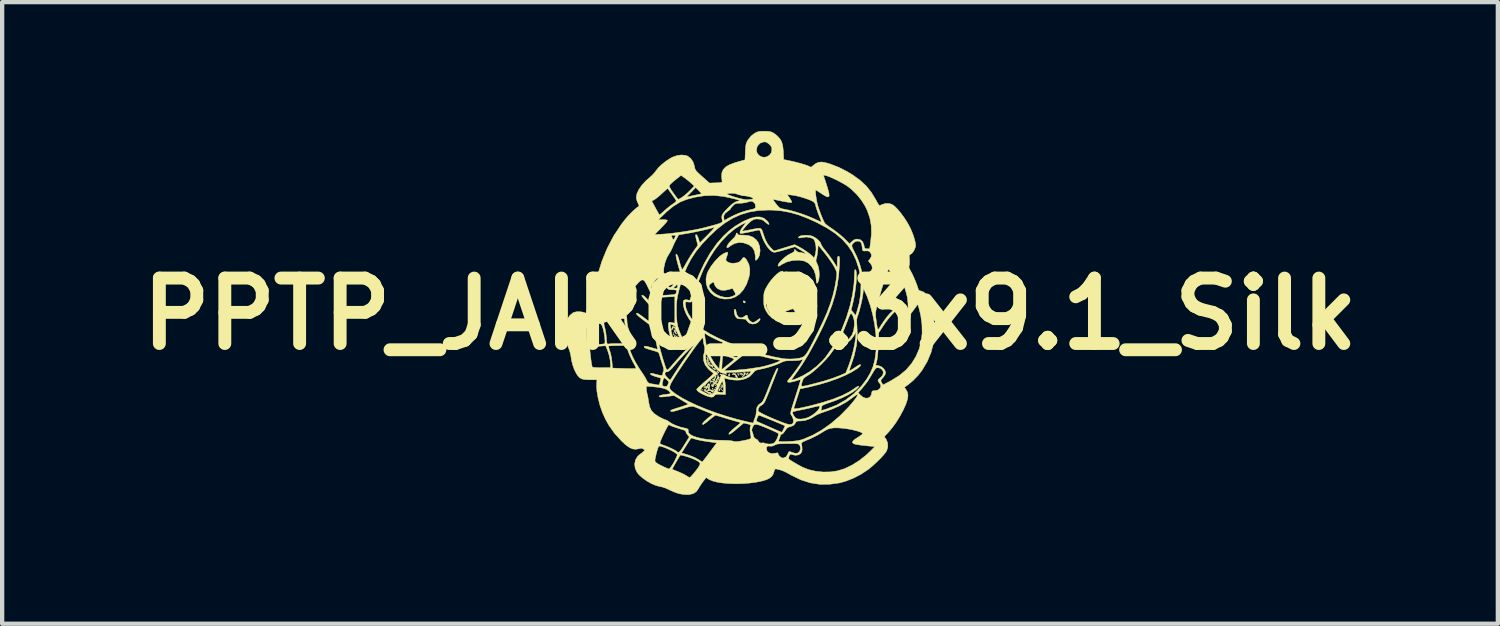
<source format=kicad_pcb>
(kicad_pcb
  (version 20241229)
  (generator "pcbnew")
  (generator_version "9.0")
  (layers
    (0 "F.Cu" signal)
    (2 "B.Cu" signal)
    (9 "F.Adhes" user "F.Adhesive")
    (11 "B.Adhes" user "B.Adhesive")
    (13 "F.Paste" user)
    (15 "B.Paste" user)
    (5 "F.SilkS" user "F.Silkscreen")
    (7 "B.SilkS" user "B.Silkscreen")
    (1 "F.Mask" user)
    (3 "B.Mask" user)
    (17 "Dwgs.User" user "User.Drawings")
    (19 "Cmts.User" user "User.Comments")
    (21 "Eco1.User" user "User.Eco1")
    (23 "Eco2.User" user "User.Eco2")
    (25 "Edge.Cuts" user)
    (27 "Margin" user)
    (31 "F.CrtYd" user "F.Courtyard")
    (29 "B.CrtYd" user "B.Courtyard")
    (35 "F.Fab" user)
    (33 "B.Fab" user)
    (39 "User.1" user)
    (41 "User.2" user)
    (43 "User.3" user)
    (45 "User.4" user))
  (footprint "PPTP_JAIRO_9.3x9.1_Silk"
    (layer "F.Cu")
    (at 14.413 4.259)
    (property "Reference" "PPTP_JAIRO_9.3x9.1_Silk" (at 0 0 0) (layer "F.SilkS") (effects (font (size 1.524 1.524) (thickness 0.3))))
    (attr through_hole)
    (fp_poly (pts (xy -0.7 1.414) (xy -0.702 1.413) (xy -0.703 1.411) (xy -0.7 1.414)) (stroke (width 0.01) (type solid)) (fill yes) (layer "F.SilkS"))
    (fp_poly (pts (xy -1.778 0.445) (xy -1.787 0.454) (xy -1.796 0.445) (xy -1.787 0.435) (xy -1.778 0.445)) (stroke (width 0.01) (type solid)) (fill yes) (layer "F.SilkS"))
    (fp_poly (pts (xy -1.56 0.717) (xy -1.569 0.726) (xy -1.578 0.717) (xy -1.569 0.708) (xy -1.56 0.717)) (stroke (width 0.01) (type solid)) (fill yes) (layer "F.SilkS"))
    (fp_poly (pts (xy -1.361 0.39) (xy -1.37 0.399) (xy -1.379 0.39) (xy -1.37 0.381) (xy -1.361 0.39)) (stroke (width 0.01) (type solid)) (fill yes) (layer "F.SilkS"))
    (fp_poly (pts (xy -1.27 0.408) (xy -1.279 0.417) (xy -1.288 0.408) (xy -1.279 0.399) (xy -1.27 0.408)) (stroke (width 0.01) (type solid)) (fill yes) (layer "F.SilkS"))
    (fp_poly (pts (xy -1.089 1.769) (xy -1.098 1.778) (xy -1.107 1.769) (xy -1.098 1.76) (xy -1.089 1.769)) (stroke (width 0.01) (type solid)) (fill yes) (layer "F.SilkS"))
    (fp_poly (pts (xy -0.907 1.606) (xy -0.916 1.615) (xy -0.925 1.606) (xy -0.916 1.597) (xy -0.907 1.606)) (stroke (width 0.01) (type solid)) (fill yes) (layer "F.SilkS"))
    (fp_poly (pts (xy -0.798 1.66) (xy -0.807 1.669) (xy -0.816 1.66) (xy -0.807 1.651) (xy -0.798 1.66)) (stroke (width 0.01) (type solid)) (fill yes) (layer "F.SilkS"))
    (fp_poly (pts (xy -0.798 1.714) (xy -0.807 1.724) (xy -0.816 1.714) (xy -0.807 1.705) (xy -0.798 1.714)) (stroke (width 0.01) (type solid)) (fill yes) (layer "F.SilkS"))
    (fp_poly (pts (xy -0.653 1.751) (xy -0.662 1.76) (xy -0.671 1.751) (xy -0.662 1.742) (xy -0.653 1.751)) (stroke (width 0.01) (type solid)) (fill yes) (layer "F.SilkS"))
    (fp_poly (pts (xy -0.635 1.787) (xy -0.644 1.796) (xy -0.653 1.787) (xy -0.644 1.778) (xy -0.635 1.787)) (stroke (width 0.01) (type solid)) (fill yes) (layer "F.SilkS"))
    (fp_poly (pts (xy -1.766 0.478) (xy -1.768 0.489) (xy -1.778 0.49) (xy -1.793 0.483) (xy -1.79 0.478) (xy -1.769 0.476) (xy -1.766 0.478)) (stroke (width 0.01) (type solid)) (fill yes) (layer "F.SilkS"))
    (fp_poly (pts (xy -0.822 1.748) (xy -0.82 1.769) (xy -0.822 1.772) (xy -0.833 1.769) (xy -0.835 1.76) (xy -0.828 1.745) (xy -0.822 1.748)) (stroke (width 0.01) (type solid)) (fill yes) (layer "F.SilkS"))
    (fp_poly (pts (xy -1.733 0.503) (xy -1.736 0.518) (xy -1.75 0.542) (xy -1.764 0.533) (xy -1.768 0.528) (xy -1.763 0.509) (xy -1.752 0.502) (xy -1.733 0.503)) (stroke (width 0.01) (type solid)) (fill yes) (layer "F.SilkS"))
    (fp_poly (pts (xy -0.874 1.731) (xy -0.854 1.749) (xy -0.858 1.76) (xy -0.861 1.76) (xy -0.876 1.747) (xy -0.882 1.739) (xy -0.884 1.726) (xy -0.874 1.731)) (stroke (width 0.01) (type solid)) (fill yes) (layer "F.SilkS"))
    (fp_poly (pts (xy -0.273 1.392) (xy -0.266 1.405) (xy -0.261 1.431) (xy -0.273 1.426) (xy -0.282 1.414) (xy -0.288 1.39) (xy -0.285 1.386) (xy -0.273 1.392)) (stroke (width 0.01) (type solid)) (fill yes) (layer "F.SilkS"))
    (fp_poly (pts (xy -1.693 0.52) (xy -1.696 0.526) (xy -1.713 0.543) (xy -1.717 0.544) (xy -1.718 0.533) (xy -1.714 0.526) (xy -1.697 0.509) (xy -1.694 0.508) (xy -1.693 0.52)) (stroke (width 0.01) (type solid)) (fill yes) (layer "F.SilkS"))
    (fp_poly (pts (xy -0.771 1.33) (xy -0.757 1.34) (xy -0.729 1.367) (xy -0.729 1.379) (xy -0.733 1.379) (xy -0.748 1.366) (xy -0.764 1.347) (xy -0.78 1.326) (xy -0.771 1.33)) (stroke (width 0.01) (type solid)) (fill yes) (layer "F.SilkS"))
    (fp_poly (pts (xy -0.69 1.733) (xy -0.699 1.762) (xy -0.708 1.778) (xy -0.722 1.793) (xy -0.725 1.787) (xy -0.716 1.757) (xy -0.708 1.742) (xy -0.693 1.727) (xy -0.69 1.733)) (stroke (width 0.01) (type solid)) (fill yes) (layer "F.SilkS"))
    (fp_poly (pts (xy -0.114 -0.286) (xy -0.109 -0.271) (xy -0.12 -0.255) (xy -0.143 -0.261) (xy -0.155 -0.273) (xy -0.16 -0.298) (xy -0.157 -0.302) (xy -0.136 -0.304) (xy -0.114 -0.286)) (stroke (width 0.01) (type solid)) (fill yes) (layer "F.SilkS"))
    (fp_poly (pts (xy -0.045 1.38) (xy -0.047 1.385) (xy -0.063 1.408) (xy -0.083 1.417) (xy -0.091 1.408) (xy -0.079 1.393) (xy -0.063 1.379) (xy -0.043 1.365) (xy -0.045 1.38)) (stroke (width 0.01) (type solid)) (fill yes) (layer "F.SilkS"))
    (fp_poly (pts (xy -1.313 0.42) (xy -1.312 0.433) (xy -1.321 0.429) (xy -1.344 0.432) (xy -1.357 0.446) (xy -1.375 0.464) (xy -1.384 0.46) (xy -1.379 0.438) (xy -1.36 0.421) (xy -1.329 0.409) (xy -1.313 0.42)) (stroke (width 0.01) (type solid)) (fill yes) (layer "F.SilkS"))
    (fp_poly (pts (xy -0.824 1.271) (xy -0.8 1.296) (xy -0.808 1.306) (xy -0.816 1.306) (xy -0.834 1.292) (xy -0.835 1.287) (xy -0.846 1.277) (xy -0.856 1.281) (xy -0.868 1.283) (xy -0.863 1.272) (xy -0.845 1.259) (xy -0.824 1.271)) (stroke (width 0.01) (type solid)) (fill yes) (layer "F.SilkS"))
    (fp_poly (pts (xy -0.182 1.39) (xy -0.17 1.407) (xy -0.184 1.426) (xy -0.196 1.428) (xy -0.19 1.415) (xy -0.186 1.399) (xy -0.205 1.402) (xy -0.234 1.405) (xy -0.243 1.4) (xy -0.235 1.388) (xy -0.217 1.384) (xy -0.182 1.39)) (stroke (width 0.01) (type solid)) (fill yes) (layer "F.SilkS"))
    (fp_poly (pts (xy -0.636 1.67) (xy -0.642 1.703) (xy -0.652 1.714) (xy -0.675 1.711) (xy -0.682 1.703) (xy -0.685 1.69) (xy -0.671 1.696) (xy -0.655 1.7) (xy -0.657 1.674) (xy -0.658 1.672) (xy -0.66 1.646) (xy -0.651 1.643) (xy -0.636 1.67)) (stroke (width 0.01) (type solid)) (fill yes) (layer "F.SilkS"))
    (fp_poly (pts (xy -0.105 1.374) (xy -0.108 1.396) (xy -0.109 1.398) (xy -0.136 1.434) (xy -0.156 1.453) (xy -0.176 1.468) (xy -0.176 1.462) (xy -0.156 1.431) (xy -0.138 1.395) (xy -0.142 1.377) (xy -0.149 1.373) (xy -0.153 1.367) (xy -0.133 1.366) (xy -0.105 1.374)) (stroke (width 0.01) (type solid)) (fill yes) (layer "F.SilkS"))
    (fp_poly (pts (xy -1.761 0.371) (xy -1.76 0.379) (xy -1.749 0.392) (xy -1.739 0.388) (xy -1.727 0.386) (xy -1.731 0.397) (xy -1.733 0.428) (xy -1.723 0.445) (xy -1.71 0.467) (xy -1.712 0.472) (xy -1.728 0.458) (xy -1.753 0.426) (xy -1.771 0.39) (xy -1.771 0.368) (xy -1.771 0.368) (xy -1.761 0.371)) (stroke (width 0.01) (type solid)) (fill yes) (layer "F.SilkS"))
    (fp_poly (pts (xy -1.199 0.467) (xy -1.2 0.494) (xy -1.214 0.516) (xy -1.233 0.511) (xy -1.24 0.501) (xy -1.24 0.481) (xy -1.234 0.481) (xy -1.225 0.49) (xy -1.216 0.481) (xy -1.225 0.472) (xy -1.234 0.481) (xy -1.24 0.481) (xy -1.24 0.467) (xy -1.213 0.454) (xy -1.213 0.454) (xy -1.199 0.467)) (stroke (width 0.01) (type solid)) (fill yes) (layer "F.SilkS"))
    (fp_poly (pts (xy -0.472 1.406) (xy -0.472 1.433) (xy -0.484 1.451) (xy -0.488 1.451) (xy -0.5 1.437) (xy -0.5 1.42) (xy -0.494 1.406) (xy -0.49 1.406) (xy -0.481 1.415) (xy -0.472 1.406) (xy -0.481 1.397) (xy -0.49 1.406) (xy -0.494 1.406) (xy -0.49 1.397) (xy -0.476 1.393) (xy -0.472 1.406)) (stroke (width 0.01) (type solid)) (fill yes) (layer "F.SilkS"))
    (fp_poly (pts (xy -0.339 1.392) (xy -0.338 1.401) (xy -0.333 1.414) (xy -0.328 1.415) (xy -0.31 1.43) (xy -0.308 1.441) (xy -0.295 1.47) (xy -0.286 1.475) (xy -0.282 1.481) (xy -0.303 1.482) (xy -0.33 1.475) (xy -0.333 1.465) (xy -0.334 1.439) (xy -0.356 1.416) (xy -0.387 1.408) (xy -0.394 1.41) (xy -0.414 1.412) (xy -0.411 1.401) (xy -0.384 1.386) (xy -0.364 1.384) (xy -0.339 1.392)) (stroke (width 0.01) (type solid)) (fill yes) (layer "F.SilkS"))
    (fp_poly (pts (xy -1.213 0.358) (xy -1.186 0.388) (xy -1.168 0.429) (xy -1.167 0.437) (xy -1.166 0.468) (xy -1.176 0.464) (xy -1.189 0.44) (xy -1.201 0.408) (xy -1.197 0.408) (xy -1.188 0.417) (xy -1.179 0.408) (xy -1.188 0.399) (xy -1.197 0.408) (xy -1.201 0.408) (xy -1.202 0.405) (xy -1.205 0.392) (xy -1.221 0.371) (xy -1.228 0.368) (xy -1.242 0.375) (xy -1.24 0.396) (xy -1.239 0.429) (xy -1.246 0.441) (xy -1.257 0.433) (xy -1.26 0.403) (xy -1.252 0.366) (xy -1.239 0.35) (xy -1.213 0.358)) (stroke (width 0.01) (type solid)) (fill yes) (layer "F.SilkS"))
    (fp_poly (pts (xy -1.005 1.005) (xy -0.991 1.022) (xy -0.973 1.066) (xy -0.972 1.099) (xy -0.973 1.13) (xy -0.956 1.133) (xy -0.953 1.132) (xy -0.929 1.133) (xy -0.925 1.142) (xy -0.937 1.154) (xy -0.946 1.151) (xy -0.96 1.151) (xy -0.958 1.163) (xy -0.935 1.183) (xy -0.921 1.184) (xy -0.89 1.189) (xy -0.868 1.21) (xy -0.864 1.234) (xy -0.873 1.244) (xy -0.886 1.247) (xy -0.88 1.233) (xy -0.876 1.217) (xy -0.893 1.22) (xy -0.925 1.216) (xy -0.937 1.206) (xy -0.925 1.206) (xy -0.916 1.216) (xy -0.907 1.206) (xy -0.916 1.197) (xy -0.925 1.206) (xy -0.937 1.206) (xy -0.96 1.19) (xy -0.986 1.154) (xy -0.993 1.121) (xy -0.992 1.118) (xy -0.994 1.09) (xy -1.003 1.082) (xy -1.014 1.074) (xy -1.002 1.072) (xy -0.988 1.063) (xy -0.996 1.034) (xy -0.998 1.03) (xy -1.011 1.002) (xy -1.005 1.005)) (stroke (width 0.01) (type solid)) (fill yes) (layer "F.SilkS"))
    (fp_poly (pts (xy -0.292 -1.872) (xy -0.29 -1.861) (xy -0.282 -1.847) (xy -0.254 -1.839) (xy -0.199 -1.836) (xy -0.154 -1.835) (xy -0.031 -1.824) (xy 0.068 -1.787) (xy 0.146 -1.724) (xy 0.19 -1.663) (xy 0.225 -1.571) (xy 0.235 -1.469) (xy 0.22 -1.369) (xy 0.203 -1.326) (xy 0.179 -1.287) (xy 0.153 -1.259) (xy 0.132 -1.248) (xy 0.126 -1.255) (xy 0.125 -1.275) (xy 0.123 -1.32) (xy 0.122 -1.361) (xy 0.103 -1.464) (xy 0.056 -1.545) (xy -0.022 -1.607) (xy -0.036 -1.615) (xy -0.147 -1.654) (xy -0.257 -1.662) (xy -0.361 -1.64) (xy -0.451 -1.587) (xy -0.451 -1.587) (xy -0.5 -1.551) (xy -0.53 -1.541) (xy -0.541 -1.552) (xy -0.535 -1.58) (xy -0.513 -1.62) (xy -0.477 -1.669) (xy -0.426 -1.721) (xy -0.409 -1.737) (xy -0.36 -1.787) (xy -0.331 -1.83) (xy -0.327 -1.848) (xy -0.319 -1.879) (xy -0.308 -1.887) (xy -0.292 -1.872)) (stroke (width 0.01) (type solid)) (fill yes) (layer "F.SilkS"))
    (fp_poly (pts (xy -0.337 -0.1) (xy -0.33 -0.08) (xy -0.311 0.005) (xy -0.283 0.059) (xy -0.243 0.086) (xy -0.207 0.091) (xy -0.162 0.078) (xy -0.126 0.054) (xy -0.089 0.029) (xy -0.064 0.036) (xy -0.054 0.074) (xy -0.04 0.116) (xy -0.004 0.159) (xy 0.04 0.191) (xy 0.07 0.2) (xy 0.107 0.188) (xy 0.152 0.161) (xy 0.16 0.154) (xy 0.197 0.125) (xy 0.222 0.11) (xy 0.225 0.109) (xy 0.237 0.12) (xy 0.226 0.148) (xy 0.195 0.185) (xy 0.188 0.191) (xy 0.124 0.228) (xy 0.053 0.236) (xy -0.015 0.215) (xy -0.046 0.191) (xy -0.076 0.157) (xy -0.091 0.134) (xy -0.091 0.132) (xy -0.107 0.124) (xy -0.15 0.119) (xy -0.193 0.117) (xy -0.255 0.115) (xy -0.293 0.106) (xy -0.319 0.085) (xy -0.329 0.073) (xy -0.35 0.032) (xy -0.364 -0.019) (xy -0.369 -0.068) (xy -0.363 -0.102) (xy -0.354 -0.111) (xy -0.337 -0.1)) (stroke (width 0.01) (type solid)) (fill yes) (layer "F.SilkS"))
    (fp_poly (pts (xy -0.517 -1.43) (xy -0.518 -1.411) (xy -0.53 -1.368) (xy -0.541 -1.336) (xy -0.558 -1.284) (xy -0.562 -1.254) (xy -0.551 -1.234) (xy -0.529 -1.214) (xy -0.47 -1.187) (xy -0.398 -1.179) (xy -0.302 -1.189) (xy -0.234 -1.22) (xy -0.189 -1.273) (xy -0.188 -1.275) (xy -0.162 -1.311) (xy -0.136 -1.315) (xy -0.103 -1.288) (xy -0.077 -1.253) (xy -0.026 -1.153) (xy -0.004 -1.046) (xy -0.01 -0.926) (xy -0.027 -0.847) (xy -0.081 -0.691) (xy -0.155 -0.562) (xy -0.245 -0.461) (xy -0.35 -0.391) (xy -0.467 -0.352) (xy -0.595 -0.346) (xy -0.722 -0.371) (xy -0.834 -0.424) (xy -0.922 -0.5) (xy -0.985 -0.595) (xy -1.002 -0.647) (xy -0.956 -0.647) (xy -0.941 -0.612) (xy -0.938 -0.607) (xy -0.877 -0.525) (xy -0.792 -0.458) (xy -0.692 -0.411) (xy -0.586 -0.387) (xy -0.482 -0.388) (xy -0.415 -0.407) (xy -0.363 -0.431) (xy -0.34 -0.454) (xy -0.345 -0.485) (xy -0.366 -0.524) (xy -0.391 -0.565) (xy -0.406 -0.59) (xy -0.408 -0.593) (xy -0.424 -0.59) (xy -0.464 -0.578) (xy -0.491 -0.569) (xy -0.592 -0.548) (xy -0.683 -0.555) (xy -0.758 -0.591) (xy -0.784 -0.615) (xy -0.816 -0.66) (xy -0.834 -0.7) (xy -0.835 -0.708) (xy -0.842 -0.738) (xy -0.865 -0.739) (xy -0.907 -0.711) (xy -0.917 -0.702) (xy -0.949 -0.672) (xy -0.956 -0.647) (xy -1.002 -0.647) (xy -1.02 -0.704) (xy -1.025 -0.821) (xy -0.999 -0.941) (xy -0.973 -1) (xy -0.905 -1.114) (xy -0.818 -1.227) (xy -0.724 -1.324) (xy -0.687 -1.355) (xy -0.629 -1.396) (xy -0.575 -1.423) (xy -0.534 -1.435) (xy -0.517 -1.43)) (stroke (width 0.01) (type solid)) (fill yes) (layer "F.SilkS"))
    (fp_poly (pts (xy 0.77 -0.992) (xy 0.775 -0.969) (xy 0.77 -0.934) (xy 0.768 -0.853) (xy 0.796 -0.791) (xy 0.852 -0.75) (xy 0.877 -0.742) (xy 0.961 -0.731) (xy 1.056 -0.737) (xy 1.144 -0.756) (xy 1.18 -0.772) (xy 1.227 -0.805) (xy 1.266 -0.847) (xy 1.292 -0.88) (xy 1.311 -0.886) (xy 1.335 -0.868) (xy 1.341 -0.864) (xy 1.368 -0.828) (xy 1.398 -0.772) (xy 1.417 -0.728) (xy 1.448 -0.597) (xy 1.447 -0.46) (xy 1.417 -0.322) (xy 1.361 -0.19) (xy 1.281 -0.068) (xy 1.18 0.037) (xy 1.059 0.119) (xy 1.038 0.13) (xy 0.962 0.156) (xy 0.869 0.172) (xy 0.77 0.178) (xy 0.681 0.172) (xy 0.624 0.158) (xy 0.514 0.098) (xy 0.427 0.013) (xy 0.377 -0.064) (xy 0.349 -0.12) (xy 0.331 -0.168) (xy 0.325 -0.204) (xy 0.375 -0.204) (xy 0.382 -0.17) (xy 0.394 -0.132) (xy 0.446 -0.031) (xy 0.524 0.048) (xy 0.621 0.103) (xy 0.732 0.133) (xy 0.853 0.134) (xy 0.977 0.105) (xy 0.998 0.098) (xy 1.047 0.071) (xy 1.069 0.037) (xy 1.063 -0.011) (xy 1.041 -0.066) (xy 1.015 -0.108) (xy 0.991 -0.119) (xy 0.982 -0.116) (xy 0.866 -0.074) (xy 0.77 -0.056) (xy 0.687 -0.062) (xy 0.626 -0.083) (xy 0.574 -0.123) (xy 0.532 -0.181) (xy 0.509 -0.243) (xy 0.508 -0.261) (xy 0.496 -0.279) (xy 0.461 -0.272) (xy 0.405 -0.241) (xy 0.382 -0.224) (xy 0.375 -0.204) (xy 0.325 -0.204) (xy 0.322 -0.219) (xy 0.319 -0.286) (xy 0.319 -0.336) (xy 0.32 -0.418) (xy 0.325 -0.478) (xy 0.338 -0.527) (xy 0.36 -0.579) (xy 0.375 -0.609) (xy 0.429 -0.7) (xy 0.493 -0.787) (xy 0.562 -0.867) (xy 0.63 -0.932) (xy 0.692 -0.977) (xy 0.743 -0.997) (xy 0.749 -0.997) (xy 0.77 -0.992)) (stroke (width 0.01) (type solid)) (fill yes) (layer "F.SilkS"))
    (fp_poly (pts (xy 0.425 -4.251) (xy 0.493 -4.238) (xy 0.551 -4.21) (xy 0.614 -4.162) (xy 0.641 -4.138) (xy 0.698 -4.075) (xy 0.738 -4.003) (xy 0.762 -3.913) (xy 0.775 -3.798) (xy 0.777 -3.77) (xy 0.784 -3.594) (xy 0.887 -3.574) (xy 0.987 -3.552) (xy 1.09 -3.527) (xy 1.188 -3.501) (xy 1.274 -3.475) (xy 1.339 -3.453) (xy 1.376 -3.436) (xy 1.407 -3.419) (xy 1.431 -3.423) (xy 1.464 -3.45) (xy 1.467 -3.452) (xy 1.53 -3.502) (xy 1.594 -3.53) (xy 1.667 -3.537) (xy 1.756 -3.523) (xy 1.866 -3.491) (xy 2.068 -3.413) (xy 2.259 -3.316) (xy 2.39 -3.236) (xy 2.562 -3.112) (xy 2.705 -2.98) (xy 2.824 -2.831) (xy 2.928 -2.66) (xy 2.933 -2.651) (xy 2.965 -2.591) (xy 2.993 -2.546) (xy 3.011 -2.523) (xy 3.013 -2.522) (xy 3.036 -2.53) (xy 3.076 -2.548) (xy 3.078 -2.549) (xy 3.161 -2.573) (xy 3.25 -2.569) (xy 3.315 -2.545) (xy 3.372 -2.502) (xy 3.44 -2.433) (xy 3.513 -2.345) (xy 3.587 -2.244) (xy 3.656 -2.138) (xy 3.715 -2.032) (xy 3.745 -1.97) (xy 3.792 -1.856) (xy 3.827 -1.75) (xy 3.849 -1.66) (xy 3.856 -1.592) (xy 3.854 -1.57) (xy 3.832 -1.505) (xy 3.799 -1.446) (xy 3.761 -1.402) (xy 3.737 -1.388) (xy 3.717 -1.377) (xy 3.709 -1.355) (xy 3.709 -1.313) (xy 3.712 -1.273) (xy 3.715 -1.208) (xy 3.711 -1.151) (xy 3.706 -1.127) (xy 3.7 -1.095) (xy 3.709 -1.057) (xy 3.737 -1.004) (xy 3.748 -0.984) (xy 3.775 -0.934) (xy 3.807 -0.865) (xy 3.841 -0.787) (xy 3.872 -0.709) (xy 3.898 -0.639) (xy 3.915 -0.586) (xy 3.919 -0.563) (xy 3.934 -0.548) (xy 3.972 -0.535) (xy 3.974 -0.535) (xy 4.037 -0.512) (xy 4.09 -0.471) (xy 4.135 -0.408) (xy 4.175 -0.32) (xy 4.212 -0.202) (xy 4.243 -0.071) (xy 4.285 0.19) (xy 4.295 0.436) (xy 4.273 0.669) (xy 4.217 0.891) (xy 4.128 1.105) (xy 4.007 1.31) (xy 3.913 1.431) (xy 3.8 1.548) (xy 3.684 1.646) (xy 3.676 1.651) (xy 3.595 1.71) (xy 3.631 1.759) (xy 3.666 1.825) (xy 3.678 1.898) (xy 3.666 1.987) (xy 3.631 2.096) (xy 3.631 2.097) (xy 3.569 2.235) (xy 3.49 2.382) (xy 3.401 2.526) (xy 3.308 2.654) (xy 3.244 2.731) (xy 3.127 2.857) (xy 3.169 2.919) (xy 3.204 3.001) (xy 3.209 3.093) (xy 3.183 3.184) (xy 3.183 3.185) (xy 3.152 3.231) (xy 3.1 3.295) (xy 3.031 3.369) (xy 2.952 3.447) (xy 2.869 3.524) (xy 2.788 3.593) (xy 2.747 3.625) (xy 2.581 3.735) (xy 2.4 3.828) (xy 2.216 3.899) (xy 2.075 3.936) (xy 1.841 3.968) (xy 1.617 3.967) (xy 1.401 3.933) (xy 1.186 3.864) (xy 0.971 3.76) (xy 0.922 3.733) (xy 0.848 3.692) (xy 0.776 3.658) (xy 0.717 3.636) (xy 0.705 3.633) (xy 0.65 3.62) (xy 0.609 3.61) (xy 0.6 3.608) (xy 0.577 3.619) (xy 0.561 3.663) (xy 0.539 3.731) (xy 0.504 3.785) (xy 0.45 3.828) (xy 0.373 3.863) (xy 0.269 3.893) (xy 0.138 3.919) (xy -0.014 3.939) (xy -0.174 3.951) (xy -0.335 3.954) (xy -0.49 3.949) (xy -0.636 3.937) (xy -0.765 3.917) (xy -0.871 3.89) (xy -0.95 3.857) (xy -0.967 3.845) (xy -1.002 3.822) (xy -1.022 3.812) (xy -1.023 3.813) (xy -1.036 3.829) (xy -1.064 3.865) (xy -1.092 3.901) (xy -1.137 3.963) (xy -1.179 4.028) (xy -1.195 4.058) (xy -1.247 4.134) (xy -1.317 4.182) (xy -1.408 4.205) (xy -1.472 4.208) (xy -1.554 4.202) (xy -1.641 4.187) (xy -1.688 4.175) (xy -1.761 4.148) (xy -1.844 4.113) (xy -1.896 4.087) (xy -1.966 4.056) (xy -2.037 4.032) (xy -2.082 4.022) (xy -2.18 3.999) (xy -2.29 3.953) (xy -2.4 3.892) (xy -2.502 3.82) (xy -2.586 3.744) (xy -2.633 3.685) (xy -2.663 3.617) (xy -1.812 3.617) (xy -1.793 3.625) (xy -1.749 3.643) (xy -1.688 3.667) (xy -1.673 3.673) (xy -1.6 3.705) (xy -1.533 3.737) (xy -1.485 3.765) (xy -1.483 3.767) (xy -1.44 3.794) (xy -1.408 3.808) (xy -1.403 3.809) (xy -1.385 3.796) (xy -1.35 3.759) (xy -1.304 3.705) (xy -1.262 3.653) (xy -1.206 3.578) (xy -1.172 3.524) (xy -1.163 3.486) (xy -1.178 3.455) (xy -1.218 3.426) (xy -1.285 3.392) (xy -1.293 3.388) (xy -1.344 3.366) (xy -1.409 3.342) (xy -1.478 3.32) (xy -1.542 3.301) (xy -1.593 3.289) (xy -1.621 3.286) (xy -1.623 3.287) (xy -1.64 3.312) (xy -1.667 3.357) (xy -1.701 3.415) (xy -1.737 3.477) (xy -1.77 3.536) (xy -1.796 3.584) (xy -1.811 3.612) (xy -1.812 3.617) (xy -2.663 3.617) (xy -2.675 3.59) (xy -2.686 3.493) (xy -2.669 3.411) (xy -2.213 3.411) (xy -2.209 3.435) (xy -2.192 3.458) (xy -2.157 3.483) (xy -2.097 3.516) (xy -2.064 3.533) (xy -1.995 3.566) (xy -1.936 3.592) (xy -1.896 3.607) (xy -1.887 3.609) (xy -1.866 3.594) (xy -1.834 3.553) (xy -1.794 3.491) (xy -1.772 3.454) (xy -1.736 3.385) (xy -1.709 3.326) (xy -1.695 3.286) (xy -1.694 3.274) (xy -1.717 3.249) (xy -1.733 3.239) (xy -1.595 3.239) (xy -1.537 3.254) (xy -1.41 3.293) (xy -1.294 3.34) (xy -1.202 3.39) (xy -1.196 3.394) (xy -1.151 3.423) (xy -1.119 3.443) (xy -1.111 3.447) (xy -1.099 3.433) (xy -1.07 3.395) (xy -1.053 3.374) (xy 0.898 3.374) (xy 0.917 3.39) (xy 0.961 3.419) (xy 1.022 3.456) (xy 1.091 3.497) (xy 1.161 3.536) (xy 1.225 3.57) (xy 1.231 3.573) (xy 1.37 3.627) (xy 1.53 3.663) (xy 1.702 3.681) (xy 1.875 3.678) (xy 2.037 3.654) (xy 2.206 3.601) (xy 2.379 3.518) (xy 2.552 3.408) (xy 2.717 3.276) (xy 2.809 3.188) (xy 2.905 3.09) (xy 2.7 3.069) (xy 2.584 3.056) (xy 2.5 3.044) (xy 2.442 3.032) (xy 2.407 3.018) (xy 2.39 3.002) (xy 2.386 2.983) (xy 2.402 2.953) (xy 2.45 2.913) (xy 2.508 2.876) (xy 2.564 2.839) (xy 2.606 2.808) (xy 2.624 2.788) (xy 2.624 2.785) (xy 2.603 2.766) (xy 2.553 2.744) (xy 2.48 2.722) (xy 2.393 2.7) (xy 2.297 2.681) (xy 2.201 2.667) (xy 2.197 2.666) (xy 2.065 2.654) (xy 1.96 2.653) (xy 1.875 2.664) (xy 1.802 2.687) (xy 1.732 2.725) (xy 1.721 2.732) (xy 1.57 2.823) (xy 1.402 2.906) (xy 1.297 2.949) (xy 1.233 2.978) (xy 1.199 3.003) (xy 1.196 3.015) (xy 1.209 3.081) (xy 1.213 3.152) (xy 1.208 3.202) (xy 1.179 3.251) (xy 1.126 3.283) (xy 1.059 3.291) (xy 1.02 3.285) (xy 0.974 3.273) (xy 0.945 3.266) (xy 0.942 3.266) (xy 0.926 3.281) (xy 0.909 3.315) (xy 0.898 3.351) (xy 0.898 3.374) (xy -1.053 3.374) (xy -1.026 3.338) (xy -0.972 3.267) (xy -0.941 3.225) (xy -0.87 3.13) (xy 0.381 3.13) (xy 0.396 3.191) (xy 0.438 3.232) (xy 0.502 3.251) (xy 0.582 3.245) (xy 0.603 3.24) (xy 0.64 3.234) (xy 0.653 3.247) (xy 0.653 3.251) (xy 0.668 3.29) (xy 0.704 3.328) (xy 0.748 3.353) (xy 0.769 3.356) (xy 0.815 3.343) (xy 0.84 3.325) (xy 0.868 3.283) (xy 0.887 3.244) (xy 0.901 3.212) (xy 0.919 3.204) (xy 0.953 3.214) (xy 0.969 3.221) (xy 1.05 3.245) (xy 1.111 3.24) (xy 1.151 3.207) (xy 1.177 3.143) (xy 1.167 3.08) (xy 1.153 3.055) (xy 1.14 3.04) (xy 1.122 3.03) (xy 1.092 3.023) (xy 1.045 3.02) (xy 0.973 3.019) (xy 0.876 3.019) (xy 0.772 3.021) (xy 0.697 3.024) (xy 0.645 3.029) (xy 0.609 3.038) (xy 0.582 3.051) (xy 0.576 3.055) (xy 0.515 3.079) (xy 0.477 3.079) (xy 0.42 3.076) (xy 0.389 3.096) (xy 0.381 3.13) (xy -0.87 3.13) (xy -0.775 3.003) (xy -0.991 2.972) (xy -1.084 2.958) (xy -1.173 2.941) (xy -1.245 2.925) (xy -1.286 2.913) (xy -1.335 2.897) (xy -1.367 2.891) (xy -1.374 2.892) (xy -1.386 2.909) (xy -1.413 2.951) (xy -1.451 3.01) (xy -1.488 3.069) (xy -1.595 3.239) (xy -1.733 3.239) (xy -1.764 3.217) (xy -1.828 3.182) (xy -1.9 3.147) (xy -1.974 3.116) (xy -2.041 3.092) (xy -2.094 3.078) (xy -2.124 3.079) (xy -2.126 3.081) (xy -2.138 3.106) (xy -2.155 3.156) (xy -2.174 3.221) (xy -2.191 3.291) (xy -2.205 3.354) (xy -2.213 3.4) (xy -2.213 3.411) (xy -2.669 3.411) (xy -2.667 3.4) (xy -2.619 3.319) (xy -2.567 3.272) (xy -2.519 3.237) (xy -2.482 3.205) (xy -2.457 3.18) (xy -2.46 3.164) (xy -2.483 3.146) (xy -2.514 3.131) (xy -2.552 3.131) (xy -2.6 3.142) (xy -2.671 3.152) (xy -2.741 3.141) (xy -2.813 3.107) (xy -2.895 3.048) (xy -2.934 3.011) (xy -2.097 3.011) (xy -2.083 3.029) (xy -2.045 3.046) (xy -2.01 3.058) (xy -1.942 3.083) (xy -1.868 3.115) (xy -1.798 3.148) (xy -1.74 3.179) (xy -1.704 3.203) (xy -1.697 3.211) (xy -1.679 3.227) (xy -1.656 3.222) (xy -1.625 3.192) (xy -1.583 3.135) (xy -1.528 3.048) (xy -1.527 3.046) (xy -1.414 2.864) (xy -1.459 2.81) (xy -1.486 2.77) (xy -1.497 2.739) (xy -1.496 2.735) (xy -1.508 2.717) (xy -1.555 2.698) (xy -1.61 2.683) (xy -1.81 2.618) (xy -1.892 2.58) (xy -1.904 2.593) (xy -1.927 2.631) (xy -1.957 2.688) (xy -1.992 2.757) (xy -2.027 2.829) (xy -2.058 2.897) (xy -2.082 2.955) (xy -2.094 2.987) (xy -2.097 3.011) (xy -2.934 3.011) (xy -2.99 2.96) (xy -3.152 2.783) (xy -3.285 2.596) (xy -3.364 2.455) (xy -3.435 2.297) (xy -3.494 2.13) (xy -3.537 1.963) (xy -3.564 1.806) (xy -3.568 1.744) (xy -2.413 1.744) (xy -2.407 1.806) (xy -2.393 1.869) (xy -2.381 1.92) (xy -2.368 1.992) (xy -2.359 2.057) (xy -2.337 2.163) (xy -2.298 2.248) (xy -2.234 2.318) (xy -2.141 2.382) (xy -2.114 2.398) (xy -2.051 2.43) (xy -1.999 2.455) (xy -1.966 2.467) (xy -1.963 2.467) (xy -1.935 2.478) (xy -1.893 2.505) (xy -1.872 2.52) (xy -1.807 2.561) (xy -1.72 2.6) (xy -1.626 2.633) (xy -1.539 2.654) (xy -1.53 2.656) (xy -1.47 2.669) (xy -1.441 2.689) (xy -1.438 2.721) (xy -1.439 2.722) (xy -1.433 2.765) (xy -1.394 2.806) (xy -1.326 2.843) (xy -1.232 2.876) (xy -1.117 2.903) (xy -0.983 2.924) (xy -0.833 2.937) (xy -0.701 2.941) (xy -0.608 2.943) (xy -0.524 2.946) (xy -0.459 2.951) (xy -0.42 2.957) (xy -0.417 2.957) (xy -0.368 2.97) (xy -0.316 2.973) (xy -0.251 2.966) (xy -0.189 2.956) (xy -0.12 2.943) (xy -0.056 2.928) (xy -0.025 2.919) (xy 0.008 2.907) (xy 0.023 2.891) (xy 0.022 2.859) (xy 0.014 2.816) (xy -0.001 2.714) (xy -0.000195 2.699) (xy 0.04 2.699) (xy 0.047 2.734) (xy 0.051 2.741) (xy 0.069 2.788) (xy 0.073 2.815) (xy 0.085 2.859) (xy 0.114 2.899) (xy 0.148 2.92) (xy 0.156 2.921) (xy 0.18 2.936) (xy 0.19 2.956) (xy 0.215 2.99) (xy 0.254 3.008) (xy 0.29 3.003) (xy 0.319 3.002) (xy 0.34 3.01) (xy 0.377 3.022) (xy 0.433 3.029) (xy 0.455 3.029) (xy 0.517 3.024) (xy 0.559 3.004) (xy 0.579 2.986) (xy 0.609 2.944) (xy 0.668 2.944) (xy 0.668 2.967) (xy 0.69 2.971) (xy 0.741 2.973) (xy 0.812 2.973) (xy 0.898 2.97) (xy 0.898 2.97) (xy 1.016 2.962) (xy 1.109 2.951) (xy 1.189 2.933) (xy 1.246 2.915) (xy 1.46 2.824) (xy 1.676 2.701) (xy 1.889 2.549) (xy 2.096 2.371) (xy 2.293 2.17) (xy 2.322 2.137) (xy 2.403 2.041) (xy 2.46 1.967) (xy 2.495 1.914) (xy 2.506 1.885) (xy 2.493 1.879) (xy 2.457 1.897) (xy 2.396 1.942) (xy 2.375 1.958) (xy 2.237 2.055) (xy 2.073 2.145) (xy 1.894 2.223) (xy 1.769 2.267) (xy 1.688 2.294) (xy 1.615 2.322) (xy 1.561 2.346) (xy 1.541 2.357) (xy 1.412 2.435) (xy 1.285 2.48) (xy 1.188 2.492) (xy 1.127 2.493) (xy 1.091 2.5) (xy 1.069 2.517) (xy 1.052 2.548) (xy 1.023 2.588) (xy 0.978 2.612) (xy 0.944 2.622) (xy 0.89 2.64) (xy 0.853 2.668) (xy 0.817 2.72) (xy 0.815 2.722) (xy 0.78 2.772) (xy 0.749 2.798) (xy 0.738 2.801) (xy 0.712 2.813) (xy 0.707 2.828) (xy 0.699 2.865) (xy 0.682 2.906) (xy 0.668 2.944) (xy 0.609 2.944) (xy 0.61 2.943) (xy 0.637 2.888) (xy 0.656 2.833) (xy 0.661 2.793) (xy 0.66 2.786) (xy 0.641 2.772) (xy 0.595 2.748) (xy 0.527 2.717) (xy 0.444 2.68) (xy 0.4 2.661) (xy 0.293 2.617) (xy 0.213 2.588) (xy 0.157 2.574) (xy 0.117 2.574) (xy 0.089 2.589) (xy 0.069 2.618) (xy 0.054 2.65) (xy 0.04 2.699) (xy -0.000195 2.699) (xy 0.002 2.642) (xy 0.017 2.605) (xy 0.02 2.59) (xy -0.003 2.576) (xy -0.056 2.561) (xy -0.148 2.54) (xy -0.311 2.679) (xy -0.389 2.744) (xy -0.445 2.784) (xy -0.479 2.801) (xy -0.492 2.799) (xy -0.491 2.781) (xy -0.463 2.746) (xy -0.408 2.695) (xy -0.363 2.656) (xy -0.214 2.531) (xy -0.329 2.499) (xy -0.4 2.478) (xy -0.49 2.452) (xy -0.583 2.424) (xy -0.619 2.412) (xy -0.694 2.39) (xy -0.754 2.372) (xy -0.793 2.361) (xy -0.804 2.359) (xy -0.821 2.369) (xy -0.859 2.398) (xy -0.913 2.44) (xy -0.946 2.467) (xy -1.005 2.515) (xy -1.054 2.551) (xy -1.086 2.573) (xy -1.093 2.576) (xy -1.109 2.567) (xy -1.098 2.539) (xy -1.061 2.497) (xy -1 2.443) (xy -0.987 2.432) (xy -0.867 2.336) (xy -1.064 2.255) (xy -1.147 2.221) (xy -1.222 2.191) (xy -1.28 2.168) (xy -1.31 2.156) (xy -1.336 2.151) (xy -1.373 2.153) (xy -1.424 2.163) (xy -1.498 2.184) (xy -1.587 2.213) (xy -1.69 2.245) (xy -1.764 2.265) (xy -1.812 2.274) (xy -1.839 2.271) (xy -1.85 2.258) (xy -1.851 2.251) (xy -1.834 2.24) (xy -1.792 2.222) (xy -1.73 2.202) (xy -1.71 2.196) (xy -1.633 2.172) (xy -1.56 2.148) (xy -1.506 2.129) (xy -1.501 2.127) (xy -1.433 2.101) (xy -1.601 2.001) (xy -1.769 1.901) (xy -1.929 1.921) (xy -2.002 1.93) (xy -2.062 1.934) (xy -2.099 1.933) (xy -2.106 1.931) (xy -2.118 1.914) (xy -2.095 1.898) (xy -2.039 1.884) (xy -2 1.879) (xy -1.922 1.869) (xy -1.874 1.86) (xy -1.854 1.849) (xy -1.857 1.832) (xy -1.877 1.807) (xy -1.885 1.799) (xy -1.935 1.762) (xy -2.012 1.733) (xy -2.083 1.718) (xy -1.871 1.718) (xy -1.858 1.755) (xy -1.822 1.794) (xy -1.759 1.843) (xy -1.731 1.864) (xy -1.592 1.952) (xy -1.422 2.043) (xy -1.227 2.134) (xy -1.012 2.223) (xy -0.781 2.307) (xy -0.541 2.385) (xy -0.297 2.455) (xy -0.139 2.494) (xy -0.043 2.517) (xy 0.023 2.531) (xy 0.063 2.538) (xy 0.083 2.538) (xy 0.087 2.531) (xy 0.084 2.526) (xy 0.086 2.502) (xy 0.091 2.486) (xy 0.148 2.486) (xy 0.151 2.497) (xy 0.168 2.506) (xy 0.212 2.526) (xy 0.277 2.555) (xy 0.355 2.589) (xy 0.44 2.627) (xy 0.525 2.665) (xy 0.605 2.699) (xy 0.672 2.728) (xy 0.72 2.748) (xy 0.739 2.756) (xy 0.749 2.743) (xy 0.769 2.706) (xy 0.781 2.683) (xy 0.802 2.639) (xy 0.813 2.61) (xy 0.813 2.605) (xy 0.792 2.594) (xy 0.745 2.574) (xy 0.677 2.545) (xy 0.596 2.512) (xy 0.509 2.476) (xy 0.422 2.441) (xy 0.341 2.409) (xy 0.274 2.383) (xy 0.227 2.365) (xy 0.208 2.359) (xy 0.191 2.374) (xy 0.171 2.41) (xy 0.155 2.452) (xy 0.148 2.486) (xy 0.091 2.486) (xy 0.1 2.458) (xy 0.112 2.43) (xy 0.137 2.353) (xy 0.147 2.275) (xy 0.147 2.27) (xy 0.158 2.183) (xy 0.198 2.117) (xy 0.251 2.079) (xy 0.269 2.066) (xy 0.288 2.045) (xy 0.308 2.012) (xy 0.333 1.961) (xy 0.364 1.89) (xy 0.403 1.793) (xy 0.453 1.666) (xy 0.455 1.661) (xy 0.5 1.548) (xy 0.542 1.448) (xy 0.578 1.366) (xy 0.606 1.307) (xy 0.625 1.275) (xy 0.63 1.27) (xy 0.652 1.273) (xy 0.653 1.275) (xy 0.647 1.292) (xy 0.629 1.339) (xy 0.601 1.41) (xy 0.566 1.5) (xy 0.524 1.606) (xy 0.493 1.686) (xy 0.442 1.815) (xy 0.401 1.914) (xy 0.37 1.988) (xy 0.345 2.041) (xy 0.324 2.076) (xy 0.306 2.099) (xy 0.288 2.113) (xy 0.277 2.12) (xy 0.222 2.158) (xy 0.191 2.208) (xy 0.188 2.259) (xy 0.188 2.261) (xy 0.208 2.279) (xy 0.256 2.307) (xy 0.325 2.343) (xy 0.41 2.383) (xy 0.505 2.425) (xy 0.603 2.466) (xy 0.698 2.504) (xy 0.784 2.537) (xy 0.855 2.561) (xy 0.905 2.574) (xy 0.919 2.575) (xy 0.966 2.568) (xy 0.998 2.549) (xy 1.012 2.507) (xy 1.005 2.448) (xy 0.979 2.385) (xy 0.965 2.362) (xy 0.954 2.345) (xy 0.948 2.328) (xy 0.946 2.309) (xy 0.991 2.309) (xy 1.007 2.349) (xy 1.036 2.393) (xy 1.068 2.427) (xy 1.115 2.446) (xy 1.185 2.449) (xy 1.266 2.438) (xy 1.349 2.412) (xy 1.373 2.401) (xy 1.45 2.357) (xy 1.521 2.303) (xy 1.579 2.246) (xy 1.614 2.194) (xy 1.619 2.18) (xy 1.624 2.159) (xy 1.619 2.147) (xy 1.6 2.144) (xy 1.56 2.151) (xy 1.494 2.166) (xy 1.445 2.179) (xy 1.351 2.201) (xy 1.246 2.224) (xy 1.153 2.242) (xy 1.084 2.256) (xy 1.028 2.27) (xy 0.996 2.282) (xy 0.993 2.284) (xy 0.991 2.309) (xy 0.946 2.309) (xy 0.946 2.306) (xy 0.951 2.274) (xy 0.962 2.227) (xy 0.973 2.192) (xy 1.02 2.192) (xy 1.025 2.205) (xy 1.054 2.208) (xy 1.108 2.202) (xy 1.191 2.187) (xy 1.305 2.162) (xy 1.434 2.131) (xy 1.706 2.057) (xy 1.942 1.981) (xy 2.143 1.901) (xy 2.308 1.817) (xy 2.427 1.74) (xy 2.486 1.699) (xy 2.524 1.681) (xy 2.536 1.684) (xy 2.522 1.709) (xy 2.479 1.753) (xy 2.469 1.762) (xy 2.387 1.823) (xy 2.276 1.888) (xy 2.142 1.953) (xy 1.993 2.015) (xy 1.872 2.058) (xy 1.782 2.089) (xy 1.721 2.114) (xy 1.686 2.133) (xy 1.671 2.151) (xy 1.669 2.159) (xy 1.663 2.204) (xy 1.658 2.221) (xy 1.652 2.238) (xy 1.655 2.246) (xy 1.673 2.245) (xy 1.712 2.235) (xy 1.779 2.215) (xy 1.79 2.211) (xy 2.016 2.123) (xy 2.228 2.003) (xy 2.423 1.854) (xy 2.443 1.833) (xy 2.516 1.833) (xy 2.56 1.88) (xy 2.626 1.936) (xy 2.693 1.962) (xy 2.754 1.957) (xy 2.8 1.926) (xy 2.822 1.886) (xy 2.833 1.841) (xy 2.841 1.805) (xy 2.862 1.79) (xy 2.905 1.787) (xy 2.971 1.775) (xy 3.019 1.743) (xy 3.044 1.699) (xy 3.042 1.65) (xy 3.012 1.606) (xy 2.98 1.565) (xy 2.984 1.529) (xy 3.022 1.495) (xy 3.065 1.456) (xy 3.092 1.417) (xy 3.105 1.362) (xy 3.087 1.311) (xy 3.047 1.272) (xy 2.99 1.253) (xy 2.947 1.255) (xy 2.923 1.273) (xy 2.891 1.315) (xy 2.859 1.37) (xy 2.735 1.575) (xy 2.597 1.747) (xy 2.516 1.833) (xy 2.443 1.833) (xy 2.595 1.679) (xy 2.716 1.519) (xy 2.802 1.373) (xy 2.866 1.222) (xy 2.873 1.194) (xy 2.927 1.194) (xy 2.995 1.205) (xy 3.057 1.229) (xy 3.112 1.274) (xy 3.148 1.329) (xy 3.157 1.371) (xy 3.145 1.412) (xy 3.113 1.462) (xy 3.096 1.482) (xy 3.06 1.523) (xy 3.047 1.549) (xy 3.051 1.574) (xy 3.064 1.6) (xy 3.086 1.635) (xy 3.098 1.651) (xy 3.099 1.651) (xy 3.116 1.643) (xy 3.158 1.621) (xy 3.22 1.588) (xy 3.294 1.547) (xy 3.295 1.547) (xy 3.481 1.431) (xy 3.634 1.303) (xy 3.76 1.157) (xy 3.863 0.99) (xy 3.939 0.814) (xy 3.985 0.642) (xy 4.007 0.451) (xy 4.003 0.247) (xy 3.975 0.038) (xy 3.94 -0.109) (xy 3.907 -0.224) (xy 3.78 -0.053) (xy 3.71 0.039) (xy 3.657 0.105) (xy 3.618 0.147) (xy 3.589 0.169) (xy 3.567 0.173) (xy 3.548 0.164) (xy 3.547 0.164) (xy 3.533 0.141) (xy 3.524 0.097) (xy 3.52 0.027) (xy 3.52 -0.012) (xy 3.52 -0.165) (xy 3.479 -0.143) (xy 3.427 -0.106) (xy 3.362 -0.045) (xy 3.289 0.032) (xy 3.215 0.12) (xy 3.146 0.211) (xy 3.106 0.27) (xy 2.998 0.436) (xy 2.988 0.712) (xy 2.983 0.819) (xy 2.975 0.921) (xy 2.966 1.01) (xy 2.956 1.076) (xy 2.952 1.091) (xy 2.927 1.194) (xy 2.873 1.194) (xy 2.908 1.059) (xy 2.932 0.877) (xy 2.939 0.683) (xy 2.929 0.471) (xy 2.902 0.248) (xy 2.858 0.023) (xy 2.856 0.013) (xy 2.923 0.013) (xy 2.926 0.062) (xy 2.934 0.122) (xy 2.937 0.141) (xy 2.951 0.242) (xy 2.962 0.309) (xy 2.973 0.347) (xy 2.985 0.358) (xy 3.001 0.345) (xy 3.023 0.311) (xy 3.043 0.278) (xy 3.088 0.209) (xy 3.144 0.129) (xy 3.199 0.057) (xy 3.199 0.056) (xy 3.258 -0.011) (xy 3.326 -0.076) (xy 3.396 -0.135) (xy 3.46 -0.182) (xy 3.513 -0.211) (xy 3.54 -0.218) (xy 3.556 -0.215) (xy 3.566 -0.201) (xy 3.572 -0.169) (xy 3.574 -0.113) (xy 3.574 -0.05) (xy 3.574 0.117) (xy 3.624 0.067) (xy 3.65 0.038) (xy 3.665 0.005) (xy 3.674 -0.04) (xy 3.679 -0.109) (xy 3.68 -0.125) (xy 3.678 -0.25) (xy 3.663 -0.377) (xy 3.658 -0.407) (xy 3.639 -0.483) (xy 3.614 -0.568) (xy 3.587 -0.652) (xy 3.559 -0.726) (xy 3.534 -0.781) (xy 3.518 -0.805) (xy 3.503 -0.8) (xy 3.48 -0.769) (xy 3.463 -0.737) (xy 3.436 -0.691) (xy 3.413 -0.663) (xy 3.403 -0.659) (xy 3.389 -0.677) (xy 3.367 -0.723) (xy 3.34 -0.789) (xy 3.313 -0.86) (xy 3.282 -0.94) (xy 3.255 -1) (xy 3.235 -1.033) (xy 3.226 -1.038) (xy 3.212 -1.013) (xy 3.191 -0.958) (xy 3.163 -0.88) (xy 3.131 -0.785) (xy 3.097 -0.679) (xy 3.062 -0.567) (xy 3.029 -0.455) (xy 2.999 -0.349) (xy 2.975 -0.258) (xy 2.951 -0.16) (xy 2.934 -0.089) (xy 2.926 -0.034) (xy 2.923 0.013) (xy 2.856 0.013) (xy 2.801 -0.193) (xy 2.733 -0.389) (xy 2.697 -0.472) (xy 2.643 -0.59) (xy 2.628 -0.454) (xy 2.615 -0.37) (xy 2.594 -0.267) (xy 2.567 -0.156) (xy 2.538 -0.049) (xy 2.509 0.04) (xy 2.495 0.077) (xy 2.484 0.138) (xy 2.486 0.229) (xy 2.488 0.249) (xy 2.5 0.492) (xy 2.479 0.732) (xy 2.425 0.974) (xy 2.366 1.151) (xy 2.341 1.222) (xy 2.323 1.279) (xy 2.314 1.314) (xy 2.314 1.322) (xy 2.332 1.317) (xy 2.371 1.295) (xy 2.424 1.261) (xy 2.433 1.255) (xy 2.488 1.218) (xy 2.533 1.191) (xy 2.558 1.179) (xy 2.559 1.179) (xy 2.577 1.188) (xy 2.566 1.213) (xy 2.529 1.248) (xy 2.503 1.268) (xy 2.374 1.349) (xy 2.215 1.43) (xy 2.03 1.507) (xy 1.824 1.58) (xy 1.604 1.645) (xy 1.374 1.702) (xy 1.312 1.715) (xy 1.164 1.746) (xy 1.096 1.957) (xy 1.069 2.041) (xy 1.046 2.113) (xy 1.029 2.166) (xy 1.02 2.192) (xy 1.02 2.192) (xy 0.973 2.192) (xy 0.982 2.161) (xy 1.011 2.071) (xy 1.05 1.951) (xy 1.057 1.927) (xy 1.094 1.815) (xy 1.125 1.715) (xy 1.142 1.66) (xy 1.194 1.66) (xy 1.2 1.678) (xy 1.22 1.684) (xy 1.26 1.68) (xy 1.324 1.667) (xy 1.416 1.644) (xy 1.49 1.625) (xy 1.722 1.563) (xy 1.92 1.5) (xy 2.089 1.436) (xy 2.127 1.42) (xy 2.23 1.374) (xy 2.295 1.209) (xy 2.351 1.047) (xy 2.399 0.877) (xy 2.435 0.714) (xy 2.457 0.568) (xy 2.457 0.562) (xy 2.47 0.426) (xy 2.417 0.509) (xy 2.359 0.588) (xy 2.294 0.649) (xy 2.214 0.698) (xy 2.113 0.739) (xy 2.002 0.772) (xy 1.982 0.789) (xy 1.949 0.829) (xy 1.91 0.883) (xy 1.904 0.892) (xy 1.842 0.975) (xy 1.76 1.068) (xy 1.666 1.165) (xy 1.568 1.258) (xy 1.473 1.341) (xy 1.389 1.405) (xy 1.358 1.424) (xy 1.296 1.463) (xy 1.257 1.494) (xy 1.234 1.526) (xy 1.218 1.568) (xy 1.211 1.592) (xy 1.199 1.632) (xy 1.194 1.66) (xy 1.142 1.66) (xy 1.15 1.633) (xy 1.168 1.572) (xy 1.176 1.538) (xy 1.176 1.533) (xy 1.156 1.534) (xy 1.114 1.545) (xy 1.093 1.552) (xy 1.025 1.572) (xy 0.955 1.588) (xy 0.944 1.589) (xy 0.892 1.592) (xy 0.872 1.579) (xy 0.882 1.548) (xy 0.923 1.498) (xy 0.924 1.498) (xy 0.961 1.454) (xy 1.011 1.389) (xy 1.067 1.314) (xy 1.122 1.237) (xy 1.17 1.167) (xy 1.203 1.113) (xy 1.209 1.103) (xy 1.225 1.069) (xy 1.219 1.06) (xy 1.188 1.07) (xy 1.187 1.071) (xy 1.149 1.079) (xy 1.085 1.085) (xy 1.007 1.088) (xy 0.972 1.089) (xy 0.886 1.09) (xy 0.825 1.095) (xy 0.778 1.107) (xy 0.735 1.126) (xy 0.723 1.132) (xy 0.648 1.167) (xy 0.549 1.204) (xy 0.436 1.24) (xy 0.323 1.27) (xy 0.233 1.289) (xy 0.167 1.303) (xy 0.125 1.32) (xy 0.094 1.347) (xy 0.07 1.378) (xy -0.005 1.455) (xy -0.105 1.509) (xy -0.225 1.538) (xy -0.3 1.542) (xy -0.381 1.538) (xy -0.461 1.528) (xy -0.516 1.516) (xy -0.602 1.49) (xy -0.587 1.557) (xy -0.579 1.61) (xy -0.574 1.683) (xy -0.572 1.751) (xy -0.572 1.878) (xy -0.687 1.872) (xy -0.752 1.87) (xy -0.791 1.875) (xy -0.815 1.888) (xy -0.828 1.903) (xy -0.858 1.931) (xy -0.899 1.939) (xy -0.958 1.927) (xy -1.036 1.899) (xy -1.12 1.86) (xy -1.186 1.821) (xy -1.228 1.787) (xy -1.242 1.759) (xy -1.242 1.757) (xy -1.166 1.757) (xy -1.161 1.769) (xy -1.123 1.795) (xy -1.07 1.823) (xy -1.002 1.859) (xy -0.959 1.878) (xy -0.936 1.884) (xy -0.927 1.877) (xy -0.925 1.866) (xy -0.932 1.853) (xy -0.937 1.856) (xy -0.957 1.854) (xy -0.978 1.841) (xy -0.962 1.841) (xy -0.953 1.851) (xy -0.943 1.841) (xy -0.953 1.832) (xy -0.962 1.841) (xy -0.978 1.841) (xy -0.991 1.834) (xy -0.993 1.832) (xy -1.028 1.81) (xy -1.05 1.804) (xy -1.051 1.804) (xy -1.06 1.796) (xy -1.063 1.777) (xy -1.056 1.748) (xy -1.048 1.742) (xy -1.036 1.756) (xy -1.034 1.769) (xy -1.024 1.794) (xy -0.996 1.788) (xy -0.988 1.782) (xy -0.971 1.754) (xy -0.977 1.723) (xy -0.993 1.71) (xy -1.008 1.715) (xy -1.006 1.736) (xy -0.999 1.759) (xy -1.007 1.75) (xy -1.016 1.737) (xy -1.039 1.715) (xy -1.052 1.714) (xy -1.075 1.712) (xy -1.078 1.707) (xy -1.073 1.696) (xy -1.057 1.696) (xy -1.021 1.692) (xy -1.016 1.688) (xy -0.98 1.688) (xy -0.968 1.705) (xy -0.965 1.705) (xy -0.951 1.691) (xy -0.949 1.679) (xy -0.957 1.661) (xy -0.965 1.662) (xy -0.98 1.686) (xy -0.98 1.688) (xy -1.016 1.688) (xy -0.994 1.675) (xy -0.988 1.653) (xy -0.989 1.651) (xy -0.983 1.633) (xy -0.971 1.626) (xy -0.946 1.626) (xy -0.941 1.633) (xy -0.936 1.667) (xy -0.935 1.674) (xy -0.94 1.709) (xy -0.946 1.726) (xy -0.949 1.751) (xy -0.922 1.767) (xy -0.911 1.77) (xy -0.869 1.779) (xy -0.845 1.78) (xy -0.841 1.788) (xy -0.853 1.805) (xy -0.874 1.825) (xy -0.889 1.814) (xy -0.892 1.808) (xy -0.92 1.788) (xy -0.939 1.787) (xy -0.974 1.793) (xy -0.985 1.795) (xy -0.992 1.807) (xy -0.989 1.813) (xy -0.965 1.824) (xy -0.943 1.823) (xy -0.918 1.824) (xy -0.917 1.833) (xy -0.911 1.848) (xy -0.895 1.851) (xy -0.873 1.854) (xy -0.885 1.867) (xy -0.889 1.87) (xy -0.905 1.884) (xy -0.891 1.883) (xy -0.89 1.883) (xy -0.869 1.864) (xy -0.839 1.822) (xy -0.83 1.806) (xy -0.762 1.806) (xy -0.746 1.813) (xy -0.708 1.822) (xy -0.662 1.829) (xy -0.649 1.83) (xy -0.63 1.826) (xy -0.621 1.804) (xy -0.618 1.757) (xy -0.619 1.737) (xy -0.622 1.673) (xy -0.629 1.617) (xy -0.633 1.597) (xy -0.641 1.577) (xy -0.651 1.577) (xy -0.667 1.6) (xy -0.692 1.652) (xy -0.704 1.676) (xy -0.732 1.736) (xy -0.752 1.782) (xy -0.762 1.805) (xy -0.762 1.806) (xy -0.83 1.806) (xy -0.811 1.773) (xy -0.782 1.714) (xy -0.77 1.676) (xy -0.773 1.652) (xy -0.78 1.642) (xy -0.806 1.625) (xy -0.827 1.634) (xy -0.846 1.662) (xy -0.848 1.675) (xy -0.858 1.694) (xy -0.869 1.696) (xy -0.893 1.681) (xy -0.896 1.675) (xy -0.883 1.675) (xy -0.88 1.686) (xy -0.871 1.687) (xy -0.856 1.681) (xy -0.859 1.675) (xy -0.88 1.673) (xy -0.883 1.675) (xy -0.896 1.675) (xy -0.899 1.666) (xy -0.894 1.644) (xy -0.875 1.646) (xy -0.856 1.648) (xy -0.862 1.633) (xy -0.867 1.618) (xy -0.853 1.624) (xy -0.837 1.627) (xy -0.838 1.613) (xy -0.858 1.588) (xy -0.868 1.585) (xy -0.905 1.582) (xy -0.917 1.581) (xy -0.936 1.57) (xy -0.934 1.559) (xy -0.913 1.551) (xy -0.896 1.562) (xy -0.875 1.573) (xy -0.871 1.568) (xy -0.861 1.565) (xy -0.849 1.575) (xy -0.822 1.594) (xy -0.807 1.593) (xy -0.812 1.575) (xy -0.816 1.569) (xy -0.85 1.546) (xy -0.869 1.541) (xy -0.881 1.536) (xy -0.858 1.524) (xy -0.857 1.523) (xy -0.826 1.501) (xy -0.816 1.48) (xy -0.806 1.449) (xy -0.798 1.442) (xy -0.79 1.446) (xy -0.794 1.47) (xy -0.809 1.502) (xy -0.819 1.517) (xy -0.82 1.544) (xy -0.804 1.562) (xy -0.782 1.578) (xy -0.781 1.567) (xy -0.785 1.557) (xy -0.782 1.521) (xy -0.771 1.506) (xy -0.754 1.476) (xy -0.756 1.459) (xy -0.754 1.437) (xy -0.745 1.433) (xy -0.732 1.444) (xy -0.735 1.451) (xy -0.732 1.469) (xy -0.722 1.471) (xy -0.709 1.475) (xy -0.72 1.481) (xy -0.734 1.503) (xy -0.732 1.521) (xy -0.728 1.54) (xy -0.74 1.527) (xy -0.76 1.513) (xy -0.769 1.521) (xy -0.768 1.546) (xy -0.761 1.552) (xy -0.756 1.57) (xy -0.773 1.586) (xy -0.792 1.608) (xy -0.782 1.623) (xy -0.767 1.631) (xy -0.756 1.628) (xy -0.744 1.607) (xy -0.725 1.561) (xy -0.718 1.542) (xy -0.697 1.489) (xy -0.68 1.448) (xy -0.676 1.437) (xy -0.676 1.419) (xy -0.683 1.419) (xy -0.698 1.414) (xy -0.689 1.406) (xy -0.695 1.4) (xy -0.666 1.407) (xy -0.657 1.411) (xy -0.629 1.413) (xy -0.623 1.409) (xy -0.604 1.411) (xy -0.587 1.425) (xy -0.539 1.454) (xy -0.464 1.477) (xy -0.371 1.491) (xy -0.29 1.496) (xy -0.211 1.492) (xy -0.15 1.478) (xy -0.093 1.451) (xy -0.041 1.417) (xy -0.000078 1.383) (xy 0.011 1.369) (xy 0.022 1.351) (xy 0.019 1.341) (xy -0.002 1.338) (xy -0.049 1.34) (xy -0.105 1.345) (xy -0.194 1.352) (xy -0.298 1.357) (xy -0.396 1.359) (xy -0.406 1.359) (xy -0.482 1.361) (xy -0.529 1.364) (xy -0.552 1.37) (xy -0.557 1.382) (xy -0.554 1.392) (xy -0.549 1.413) (xy -0.563 1.404) (xy -0.565 1.402) (xy -0.599 1.385) (xy -0.64 1.379) (xy -0.688 1.363) (xy -0.746 1.321) (xy -0.75 1.317) (xy -0.599 1.317) (xy -0.594 1.322) (xy -0.577 1.324) (xy -0.543 1.323) (xy -0.487 1.32) (xy -0.404 1.314) (xy -0.297 1.306) (xy -0.198 1.297) (xy -0.102 1.288) (xy -0.02 1.278) (xy 0.036 1.27) (xy 0.111 1.258) (xy 0.188 1.247) (xy 0.218 1.243) (xy 0.283 1.23) (xy 0.368 1.209) (xy 0.461 1.183) (xy 0.55 1.155) (xy 0.623 1.128) (xy 0.662 1.111) (xy 0.717 1.083) (xy 0.545 1.05) (xy 0.455 1.03) (xy 0.346 1.004) (xy 0.232 0.974) (xy 0.151 0.951) (xy -0.069 0.885) (xy -0.334 1.097) (xy -0.417 1.165) (xy -0.49 1.224) (xy -0.547 1.271) (xy -0.585 1.304) (xy -0.599 1.317) (xy -0.599 1.317) (xy -0.75 1.317) (xy -0.771 1.297) (xy -0.658 1.297) (xy -0.579 1.232) (xy -0.518 1.184) (xy -0.457 1.135) (xy -0.432 1.116) (xy -0.394 1.082) (xy -0.374 1.057) (xy -0.373 1.05) (xy -0.394 1.037) (xy -0.439 1.019) (xy -0.495 0.999) (xy -0.552 0.982) (xy -0.6 0.971) (xy -0.628 0.968) (xy -0.63 0.969) (xy -0.636 0.991) (xy -0.643 1.04) (xy -0.648 1.108) (xy -0.65 1.138) (xy -0.658 1.297) (xy -0.771 1.297) (xy -0.81 1.257) (xy -0.874 1.178) (xy -0.932 1.088) (xy -0.95 1.056) (xy -0.982 0.995) (xy -1.009 0.95) (xy -1.025 0.927) (xy -1.027 0.925) (xy -1.032 0.941) (xy -1.033 0.982) (xy -1.03 1.035) (xy -1.024 1.089) (xy -1.015 1.133) (xy -1.012 1.143) (xy -0.975 1.207) (xy -0.914 1.27) (xy -0.84 1.321) (xy -0.832 1.325) (xy -0.788 1.353) (xy -0.759 1.381) (xy -0.756 1.387) (xy -0.753 1.408) (xy -0.759 1.41) (xy -0.78 1.419) (xy -0.819 1.446) (xy -0.869 1.486) (xy -0.923 1.532) (xy -0.974 1.579) (xy -1.014 1.62) (xy -1.038 1.649) (xy -1.04 1.658) (xy -1.038 1.668) (xy -1.043 1.664) (xy -1.065 1.666) (xy -1.095 1.686) (xy -1.122 1.714) (xy -1.134 1.739) (xy -1.132 1.745) (xy -1.133 1.758) (xy -1.137 1.758) (xy -1.166 1.757) (xy -1.242 1.757) (xy -1.241 1.755) (xy -1.225 1.735) (xy -1.186 1.698) (xy -1.13 1.646) (xy -1.062 1.586) (xy -1.033 1.56) (xy -0.955 1.492) (xy -0.901 1.444) (xy -0.87 1.411) (xy -0.856 1.389) (xy -0.857 1.376) (xy -0.865 1.37) (xy -0.896 1.347) (xy -0.941 1.309) (xy -0.973 1.279) (xy -1.044 1.187) (xy -1.081 1.084) (xy -1.084 0.973) (xy -1.063 0.889) (xy -1.05 0.839) (xy -1.053 0.788) (xy -1.064 0.746) (xy -1.079 0.685) (xy -1.088 0.631) (xy -1.089 0.617) (xy -1.092 0.577) (xy -1.1 0.557) (xy -1.115 0.566) (xy -1.147 0.602) (xy -1.193 0.66) (xy -1.251 0.736) (xy -1.317 0.827) (xy -1.389 0.928) (xy -1.465 1.036) (xy -1.541 1.146) (xy -1.614 1.255) (xy -1.683 1.358) (xy -1.743 1.452) (xy -1.793 1.532) (xy -1.829 1.595) (xy -1.844 1.623) (xy -1.866 1.677) (xy -1.871 1.718) (xy -2.083 1.718) (xy -2.119 1.711) (xy -2.257 1.695) (xy -2.281 1.693) (xy -2.413 1.683) (xy -2.413 1.744) (xy -3.568 1.744) (xy -3.572 1.666) (xy -3.571 1.644) (xy -3.565 1.533) (xy -3.729 1.533) (xy -3.828 1.53) (xy -3.901 1.518) (xy -3.955 1.493) (xy -4 1.451) (xy -4.036 1.401) (xy -4.085 1.309) (xy -4.127 1.195) (xy -4.157 1.076) (xy -4.167 1.007) (xy -4.181 0.927) (xy -4.205 0.844) (xy -4.221 0.806) (xy -4.222 0.802) (xy -3.729 0.802) (xy -3.727 0.851) (xy -3.721 0.918) (xy -3.712 0.996) (xy -3.702 1.075) (xy -3.692 1.147) (xy -3.681 1.203) (xy -3.673 1.236) (xy -3.671 1.238) (xy -3.651 1.243) (xy -3.602 1.248) (xy -3.531 1.251) (xy -3.455 1.252) (xy -3.248 1.252) (xy -3.248 1.18) (xy -3.257 1.075) (xy -3.282 0.957) (xy -3.318 0.845) (xy -3.325 0.829) (xy -3.359 0.748) (xy -3.294 0.748) (xy -3.293 0.768) (xy -3.281 0.812) (xy -3.264 0.863) (xy -3.243 0.937) (xy -3.225 1.028) (xy -3.214 1.115) (xy -3.214 1.116) (xy -3.202 1.261) (xy -2.93 1.27) (xy -2.835 1.272) (xy -2.754 1.273) (xy -2.692 1.272) (xy -2.658 1.27) (xy -2.653 1.268) (xy -2.659 1.248) (xy -2.679 1.206) (xy -2.71 1.148) (xy -2.721 1.129) (xy -2.764 1.044) (xy -2.807 0.949) (xy -2.838 0.867) (xy -2.883 0.735) (xy -3.085 0.737) (xy -3.166 0.739) (xy -3.233 0.742) (xy -3.279 0.745) (xy -3.294 0.748) (xy -3.359 0.748) (xy -3.362 0.741) (xy -3.536 0.753) (xy -3.613 0.76) (xy -3.676 0.768) (xy -3.716 0.777) (xy -3.726 0.781) (xy -3.729 0.802) (xy -4.222 0.802) (xy -4.27 0.666) (xy -4.295 0.508) (xy -4.3 0.391) (xy -4.296 0.336) (xy -3.819 0.336) (xy -3.814 0.49) (xy -3.809 0.567) (xy -3.801 0.633) (xy -3.791 0.679) (xy -3.788 0.686) (xy -3.776 0.705) (xy -3.761 0.717) (xy -3.735 0.722) (xy -3.689 0.722) (xy -3.618 0.718) (xy -3.584 0.716) (xy -3.506 0.709) (xy -3.441 0.703) (xy -3.398 0.697) (xy -3.386 0.694) (xy -3.378 0.671) (xy -3.377 0.621) (xy -3.383 0.553) (xy -3.393 0.476) (xy -3.408 0.399) (xy -3.425 0.334) (xy -3.445 0.276) (xy -3.467 0.24) (xy -3.497 0.225) (xy -3.543 0.23) (xy -3.611 0.252) (xy -3.674 0.277) (xy -3.819 0.336) (xy -4.296 0.336) (xy -4.289 0.247) (xy -4.283 0.223) (xy -3.402 0.223) (xy -3.395 0.269) (xy -3.384 0.311) (xy -3.368 0.378) (xy -3.354 0.464) (xy -3.344 0.551) (xy -3.344 0.559) (xy -3.338 0.633) (xy -3.331 0.677) (xy -3.323 0.698) (xy -3.309 0.703) (xy -3.295 0.7) (xy -3.261 0.696) (xy -3.201 0.692) (xy -3.124 0.69) (xy -3.071 0.69) (xy -2.987 0.689) (xy -2.933 0.687) (xy -2.903 0.682) (xy -2.889 0.672) (xy -2.885 0.656) (xy -2.885 0.646) (xy -2.873 0.6) (xy -2.85 0.56) (xy -2.829 0.529) (xy -2.826 0.5) (xy -2.841 0.458) (xy -2.843 0.454) (xy -2.872 0.377) (xy -2.897 0.293) (xy -2.914 0.216) (xy -2.921 0.159) (xy -2.925 0.123) (xy -2.933 0.109) (xy -2.965 0.112) (xy -3.022 0.121) (xy -3.095 0.133) (xy -3.174 0.148) (xy -3.253 0.164) (xy -3.322 0.178) (xy -3.373 0.19) (xy -3.398 0.198) (xy -3.399 0.198) (xy -3.402 0.223) (xy -4.283 0.223) (xy -4.257 0.131) (xy -4.202 0.041) (xy -4.124 -0.024) (xy -4.106 -0.034) (xy -4.046 -0.05) (xy -3.969 -0.053) (xy -3.891 -0.042) (xy -3.84 -0.025) (xy -3.782 -0.006) (xy -3.73 -0.012) (xy -3.726 -0.013) (xy -3.674 -0.03) (xy -3.661 -0.18) (xy -2.913 -0.18) (xy -2.896 -0.075) (xy -2.88 0.004) (xy -2.869 0.086) (xy -2.866 0.133) (xy -2.86 0.228) (xy -2.842 0.317) (xy -2.806 0.416) (xy -2.791 0.451) (xy -2.749 0.549) (xy -2.789 0.576) (xy -2.82 0.617) (xy -2.829 0.683) (xy -2.816 0.771) (xy -2.784 0.876) (xy -2.734 0.996) (xy -2.666 1.128) (xy -2.581 1.268) (xy -2.512 1.37) (xy -2.469 1.435) (xy -2.431 1.499) (xy -2.407 1.546) (xy -2.382 1.592) (xy -2.348 1.615) (xy -2.31 1.624) (xy -2.244 1.635) (xy -2.179 1.648) (xy -2.177 1.648) (xy -2.138 1.655) (xy -2.117 1.648) (xy -2.111 1.636) (xy -2.043 1.636) (xy -2.041 1.665) (xy -2.039 1.669) (xy -2.01 1.683) (xy -1.978 1.69) (xy -1.943 1.687) (xy -1.919 1.661) (xy -1.908 1.638) (xy -1.894 1.598) (xy -1.899 1.571) (xy -1.928 1.541) (xy -1.935 1.534) (xy -1.971 1.505) (xy -1.995 1.489) (xy -1.998 1.488) (xy -2.011 1.504) (xy -2.025 1.542) (xy -2.036 1.59) (xy -2.043 1.636) (xy -2.111 1.636) (xy -2.103 1.619) (xy -2.092 1.58) (xy -2.08 1.531) (xy -2.074 1.501) (xy -2.074 1.496) (xy -2.092 1.49) (xy -2.135 1.477) (xy -2.192 1.461) (xy -2.268 1.435) (xy -2.31 1.414) (xy -2.321 1.394) (xy -2.316 1.384) (xy -2.294 1.383) (xy -2.248 1.391) (xy -2.199 1.404) (xy -2.121 1.424) (xy -2.072 1.432) (xy -2.044 1.427) (xy -2.033 1.408) (xy -2.032 1.392) (xy -2.031 1.385) (xy -1.983 1.385) (xy -1.975 1.422) (xy -1.955 1.45) (xy -1.923 1.486) (xy -1.889 1.519) (xy -1.863 1.54) (xy -1.857 1.542) (xy -1.848 1.528) (xy -1.822 1.489) (xy -1.786 1.432) (xy -1.749 1.375) (xy -1.701 1.301) (xy -1.638 1.207) (xy -1.567 1.103) (xy -1.494 0.999) (xy -1.455 0.944) (xy -1.268 0.68) (xy -1.442 0.853) (xy -1.523 0.935) (xy -1.609 1.028) (xy -1.69 1.118) (xy -1.746 1.184) (xy -1.818 1.267) (xy -1.872 1.319) (xy -1.908 1.342) (xy -1.914 1.343) (xy -1.962 1.354) (xy -1.983 1.385) (xy -2.031 1.385) (xy -2.024 1.35) (xy -2.013 1.331) (xy -2.007 1.305) (xy -2.016 1.253) (xy -2.039 1.178) (xy -2.064 1.1) (xy -2.087 1.025) (xy -2.103 0.968) (xy -2.104 0.966) (xy -2.117 0.923) (xy -2.136 0.896) (xy -2.169 0.879) (xy -2.228 0.861) (xy -2.322 0.834) (xy -2.386 0.814) (xy -2.427 0.8) (xy -2.45 0.788) (xy -2.46 0.778) (xy -2.466 0.758) (xy -2.45 0.751) (xy -2.408 0.755) (xy -2.337 0.773) (xy -2.3 0.783) (xy -2.15 0.826) (xy -2.205 0.567) (xy -2.261 0.307) (xy -2.455 0.163) (xy -2.545 0.094) (xy -2.606 0.044) (xy -2.64 0.009) (xy -2.648 -0.01) (xy -2.632 -0.018) (xy -2.626 -0.018) (xy -2.603 -0.007) (xy -2.559 0.022) (xy -2.5 0.064) (xy -2.441 0.109) (xy -2.376 0.158) (xy -2.322 0.197) (xy -2.286 0.222) (xy -2.273 0.229) (xy -2.273 0.21) (xy -2.275 0.163) (xy -2.28 0.095) (xy -2.286 0.03) (xy -2.302 -0.15) (xy -2.251 -0.15) (xy -2.245 -0.028) (xy -2.231 0.115) (xy -2.209 0.273) (xy -2.179 0.441) (xy -2.143 0.616) (xy -2.101 0.791) (xy -2.054 0.963) (xy -2.044 0.998) (xy -2.009 1.11) (xy -1.983 1.192) (xy -1.963 1.248) (xy -1.949 1.283) (xy -1.937 1.301) (xy -1.927 1.306) (xy -1.925 1.306) (xy -1.906 1.293) (xy -1.872 1.258) (xy -1.827 1.209) (xy -1.814 1.193) (xy -1.769 1.14) (xy -1.705 1.069) (xy -1.63 0.986) (xy -1.551 0.899) (xy -1.504 0.85) (xy -1.433 0.773) (xy -1.372 0.703) (xy -1.325 0.645) (xy -1.296 0.604) (xy -1.288 0.587) (xy -1.296 0.577) (xy -1.32 0.59) (xy -1.363 0.628) (xy -1.383 0.647) (xy -1.469 0.725) (xy -1.534 0.775) (xy -1.58 0.797) (xy -1.592 0.798) (xy -1.613 0.784) (xy -1.645 0.747) (xy -1.669 0.71) (xy -1.715 0.648) (xy -1.746 0.625) (xy -1.66 0.625) (xy -1.66 0.635) (xy -1.639 0.646) (xy -1.633 0.644) (xy -1.611 0.648) (xy -1.604 0.656) (xy -1.602 0.668) (xy -1.612 0.664) (xy -1.631 0.659) (xy -1.627 0.683) (xy -1.614 0.709) (xy -1.587 0.741) (xy -1.56 0.737) (xy -1.556 0.733) (xy -1.555 0.71) (xy -1.565 0.689) (xy -1.499 0.689) (xy -1.499 0.689) (xy -1.485 0.678) (xy -1.454 0.647) (xy -1.424 0.616) (xy -1.352 0.543) (xy -1.407 0.562) (xy -1.461 0.599) (xy -1.482 0.635) (xy -1.495 0.672) (xy -1.499 0.689) (xy -1.565 0.689) (xy -1.572 0.675) (xy -1.6 0.641) (xy -1.628 0.619) (xy -1.638 0.617) (xy -1.66 0.625) (xy -1.746 0.625) (xy -1.757 0.617) (xy -1.775 0.611) (xy -1.811 0.597) (xy -1.839 0.565) (xy -1.862 0.511) (xy -1.882 0.429) (xy -1.887 0.405) (xy -1.899 0.325) (xy -1.902 0.258) (xy -1.899 0.234) (xy -1.856 0.234) (xy -1.846 0.334) (xy -1.835 0.404) (xy -1.821 0.47) (xy -1.813 0.496) (xy -1.795 0.535) (xy -1.771 0.554) (xy -1.727 0.559) (xy -1.713 0.559) (xy -1.635 0.561) (xy -1.676 0.476) (xy -1.72 0.388) (xy -1.755 0.332) (xy -1.78 0.309) (xy -1.783 0.308) (xy -1.791 0.319) (xy -1.79 0.322) (xy -1.795 0.344) (xy -1.809 0.361) (xy -1.828 0.375) (xy -1.829 0.362) (xy -1.823 0.343) (xy -1.808 0.302) (xy -1.791 0.29) (xy -1.762 0.303) (xy -1.757 0.306) (xy -1.73 0.32) (xy -1.726 0.312) (xy -1.727 0.306) (xy -1.748 0.284) (xy -1.789 0.261) (xy -1.796 0.258) (xy -1.856 0.234) (xy -1.899 0.234) (xy -1.896 0.212) (xy -1.881 0.193) (xy -1.878 0.193) (xy -1.848 0.197) (xy -1.805 0.205) (xy -1.751 0.215) (xy -1.751 -0.073) (xy -1.713 -0.073) (xy -1.71 0.071) (xy -1.7 0.191) (xy -1.679 0.298) (xy -1.645 0.403) (xy -1.597 0.517) (xy -1.594 0.525) (xy -1.539 0.644) (xy -1.48 0.479) (xy -1.42 0.479) (xy -1.417 0.497) (xy -1.4 0.495) (xy -1.399 0.495) (xy -1.363 0.478) (xy -1.352 0.471) (xy -1.318 0.465) (xy -1.28 0.481) (xy -1.255 0.511) (xy -1.252 0.526) (xy -1.247 0.555) (xy -1.231 0.558) (xy -1.198 0.534) (xy -1.176 0.514) (xy -1.143 0.475) (xy -1.128 0.446) (xy -1.058 0.446) (xy -1.047 0.565) (xy -1.02 0.719) (xy -0.969 0.877) (xy -0.9 1.029) (xy -0.817 1.162) (xy -0.773 1.216) (xy -0.717 1.279) (xy -0.703 1.152) (xy -0.693 1.062) (xy -0.681 0.962) (xy -0.672 0.898) (xy -0.67 0.885) (xy -0.613 0.885) (xy -0.595 0.903) (xy -0.55 0.928) (xy -0.489 0.955) (xy -0.472 0.962) (xy -0.399 0.989) (xy -0.353 1.005) (xy -0.324 1.011) (xy -0.303 1.006) (xy -0.283 0.992) (xy -0.265 0.978) (xy -0.235 0.949) (xy -0.226 0.929) (xy -0.227 0.928) (xy -0.249 0.92) (xy -0.299 0.91) (xy -0.368 0.897) (xy -0.429 0.887) (xy -0.513 0.875) (xy -0.569 0.869) (xy -0.599 0.869) (xy -0.612 0.875) (xy -0.613 0.885) (xy -0.67 0.885) (xy -0.661 0.824) (xy -0.65 0.756) (xy -0.642 0.712) (xy -0.639 0.67) (xy -0.647 0.653) (xy -0.648 0.653) (xy -0.675 0.645) (xy -0.725 0.625) (xy -0.789 0.595) (xy -0.858 0.562) (xy -0.924 0.528) (xy -0.978 0.498) (xy -0.996 0.487) (xy -1.058 0.446) (xy -1.128 0.446) (xy -1.126 0.441) (xy -1.125 0.435) (xy -1.138 0.409) (xy -1.17 0.375) (xy -1.208 0.343) (xy -1.243 0.324) (xy -1.256 0.322) (xy -1.266 0.313) (xy -1.265 0.306) (xy -1.274 0.282) (xy -1.28 0.279) (xy -1.293 0.289) (xy -1.298 0.322) (xy -1.303 0.358) (xy -1.325 0.369) (xy -1.345 0.369) (xy -1.378 0.372) (xy -1.397 0.392) (xy -1.411 0.435) (xy -1.42 0.479) (xy -1.48 0.479) (xy -1.374 0.181) (xy -1.421 0.113) (xy -1.485 0.004) (xy -1.531 -0.112) (xy -1.554 -0.207) (xy -1.555 -0.237) (xy -1.506 -0.237) (xy -1.489 -0.128) (xy -1.441 -0.013) (xy -1.366 0.104) (xy -1.266 0.219) (xy -1.145 0.326) (xy -1.072 0.38) (xy -0.931 0.466) (xy -0.761 0.553) (xy -0.567 0.641) (xy -0.355 0.726) (xy -0.131 0.806) (xy 0.098 0.88) (xy 0.327 0.945) (xy 0.548 0.999) (xy 0.758 1.039) (xy 0.762 1.04) (xy 0.847 1.048) (xy 0.947 1.05) (xy 1.048 1.045) (xy 1.135 1.034) (xy 1.176 1.024) (xy 1.209 1.014) (xy 1.238 1) (xy 1.265 0.982) (xy 1.292 0.954) (xy 1.322 0.913) (xy 1.357 0.857) (xy 1.399 0.781) (xy 1.45 0.683) (xy 1.513 0.559) (xy 1.588 0.41) (xy 1.701 0.175) (xy 1.795 -0.038) (xy 1.869 -0.236) (xy 1.928 -0.424) (xy 1.973 -0.61) (xy 2.006 -0.799) (xy 2.014 -0.862) (xy 2.02 -0.921) (xy 2.018 -0.966) (xy 2.004 -1.01) (xy 1.977 -1.068) (xy 1.965 -1.092) (xy 1.929 -1.153) (xy 1.876 -1.232) (xy 1.814 -1.319) (xy 1.749 -1.404) (xy 1.745 -1.409) (xy 1.587 -1.605) (xy 1.576 -1.469) (xy 1.567 -1.395) (xy 1.556 -1.329) (xy 1.545 -1.285) (xy 1.545 -1.284) (xy 1.535 -1.244) (xy 1.544 -1.205) (xy 1.563 -1.169) (xy 1.59 -1.1) (xy 1.607 -1.01) (xy 1.613 -0.912) (xy 1.605 -0.82) (xy 1.598 -0.785) (xy 1.578 -0.73) (xy 1.561 -0.71) (xy 1.548 -0.726) (xy 1.542 -0.776) (xy 1.542 -0.786) (xy 1.528 -0.905) (xy 1.49 -1.015) (xy 1.431 -1.11) (xy 1.356 -1.184) (xy 1.269 -1.229) (xy 1.261 -1.232) (xy 1.13 -1.252) (xy 0.991 -1.244) (xy 0.858 -1.211) (xy 0.742 -1.153) (xy 0.693 -1.122) (xy 0.666 -1.109) (xy 0.655 -1.115) (xy 0.653 -1.132) (xy 0.667 -1.168) (xy 0.704 -1.217) (xy 0.757 -1.271) (xy 0.819 -1.325) (xy 0.881 -1.37) (xy 0.935 -1.399) (xy 0.995 -1.428) (xy 1.027 -1.453) (xy 1.035 -1.477) (xy 1.037 -1.502) (xy 1.047 -1.5) (xy 1.069 -1.474) (xy 1.11 -1.444) (xy 1.149 -1.433) (xy 1.202 -1.427) (xy 1.244 -1.415) (xy 1.286 -1.401) (xy 1.297 -1.404) (xy 1.279 -1.422) (xy 1.231 -1.455) (xy 1.177 -1.488) (xy 1.047 -1.565) (xy 0.827 -1.499) (xy 0.74 -1.474) (xy 0.661 -1.453) (xy 0.6 -1.439) (xy 0.565 -1.433) (xy 0.564 -1.433) (xy 0.514 -1.45) (xy 0.458 -1.496) (xy 0.401 -1.565) (xy 0.346 -1.652) (xy 0.298 -1.751) (xy 0.26 -1.856) (xy 0.255 -1.873) (xy 0.238 -1.925) (xy 0.221 -1.949) (xy 0.199 -1.952) (xy 0.193 -1.951) (xy 0.159 -1.944) (xy 0.1 -1.932) (xy 0.024 -1.915) (xy -0.032 -1.903) (xy -0.11 -1.888) (xy -0.174 -1.877) (xy -0.216 -1.873) (xy -0.229 -1.874) (xy -0.235 -1.904) (xy -0.218 -1.952) (xy -0.181 -2.011) (xy -0.153 -2.046) (xy -0.12 -2.088) (xy -0.101 -2.115) (xy -0.099 -2.123) (xy -0.121 -2.115) (xy -0.162 -2.096) (xy -0.187 -2.084) (xy -0.351 -1.984) (xy -0.513 -1.85) (xy -0.669 -1.687) (xy -0.817 -1.497) (xy -0.954 -1.284) (xy -1.077 -1.052) (xy -1.079 -1.049) (xy -1.124 -0.946) (xy -1.176 -0.817) (xy -1.229 -0.673) (xy -1.282 -0.523) (xy -1.329 -0.377) (xy -1.354 -0.292) (xy -1.372 -0.277) (xy -1.414 -0.275) (xy -1.434 -0.277) (xy -1.48 -0.282) (xy -1.5 -0.274) (xy -1.506 -0.25) (xy -1.506 -0.237) (xy -1.555 -0.237) (xy -1.557 -0.277) (xy -1.541 -0.318) (xy -1.505 -0.332) (xy -1.463 -0.327) (xy -1.403 -0.314) (xy -1.308 -0.597) (xy -1.195 -0.898) (xy -1.067 -1.174) (xy -0.924 -1.423) (xy -0.769 -1.643) (xy -0.62 -1.812) (xy -0.486 -1.937) (xy -0.349 -2.041) (xy -0.193 -2.134) (xy -0.132 -2.166) (xy 0.009 -2.226) (xy 0.131 -2.257) (xy 0.235 -2.257) (xy 0.324 -2.227) (xy 0.398 -2.166) (xy 0.4 -2.165) (xy 0.436 -2.116) (xy 0.444 -2.088) (xy 0.427 -2.084) (xy 0.39 -2.108) (xy 0.362 -2.133) (xy 0.31 -2.177) (xy 0.259 -2.2) (xy 0.201 -2.209) (xy 0.137 -2.211) (xy 0.088 -2.2) (xy 0.037 -2.17) (xy -0.001 -2.14) (xy -0.047 -2.097) (xy -0.093 -2.047) (xy -0.135 -1.998) (xy -0.165 -1.958) (xy -0.177 -1.933) (xy -0.176 -1.93) (xy -0.156 -1.93) (xy -0.11 -1.938) (xy -0.043 -1.95) (xy 0.002 -1.959) (xy 0.103 -1.98) (xy 0.175 -1.992) (xy 0.223 -1.994) (xy 0.255 -1.983) (xy 0.276 -1.957) (xy 0.293 -1.914) (xy 0.308 -1.864) (xy 0.357 -1.73) (xy 0.414 -1.624) (xy 0.486 -1.536) (xy 0.495 -1.527) (xy 0.559 -1.466) (xy 0.799 -1.54) (xy 1.039 -1.613) (xy 1.141 -1.561) (xy 1.201 -1.528) (xy 1.267 -1.486) (xy 1.335 -1.44) (xy 1.395 -1.395) (xy 1.441 -1.357) (xy 1.467 -1.33) (xy 1.47 -1.323) (xy 1.483 -1.307) (xy 1.486 -1.306) (xy 1.499 -1.323) (xy 1.514 -1.365) (xy 1.525 -1.411) (xy 1.537 -1.492) (xy 1.535 -1.566) (xy 1.525 -1.624) (xy 1.509 -1.69) (xy 1.491 -1.731) (xy 1.461 -1.755) (xy 1.41 -1.774) (xy 1.388 -1.78) (xy 1.316 -1.791) (xy 1.237 -1.782) (xy 1.226 -1.78) (xy 1.163 -1.769) (xy 1.13 -1.771) (xy 1.128 -1.786) (xy 1.151 -1.807) (xy 1.195 -1.823) (xy 1.261 -1.831) (xy 1.337 -1.831) (xy 1.409 -1.822) (xy 1.458 -1.807) (xy 1.516 -1.776) (xy 1.572 -1.734) (xy 1.619 -1.688) (xy 1.647 -1.647) (xy 1.651 -1.63) (xy 1.662 -1.601) (xy 1.692 -1.554) (xy 1.735 -1.497) (xy 1.754 -1.474) (xy 1.816 -1.396) (xy 1.883 -1.306) (xy 1.941 -1.222) (xy 1.944 -1.216) (xy 2.032 -1.079) (xy 2.032 -1.211) (xy 2.033 -1.281) (xy 2.038 -1.321) (xy 2.049 -1.339) (xy 2.061 -1.343) (xy 2.073 -1.339) (xy 2.081 -1.324) (xy 2.084 -1.291) (xy 2.085 -1.236) (xy 2.082 -1.152) (xy 2.081 -1.12) (xy 2.063 -0.888) (xy 2.03 -0.663) (xy 1.98 -0.441) (xy 1.912 -0.216) (xy 1.822 0.02) (xy 1.71 0.271) (xy 1.625 0.445) (xy 1.53 0.631) (xy 1.444 0.791) (xy 1.365 0.933) (xy 1.286 1.064) (xy 1.205 1.191) (xy 1.115 1.323) (xy 1.014 1.465) (xy 0.981 1.509) (xy 0.966 1.533) (xy 0.976 1.539) (xy 1.009 1.532) (xy 1.048 1.519) (xy 1.109 1.494) (xy 1.182 1.461) (xy 1.225 1.441) (xy 1.391 1.343) (xy 1.553 1.219) (xy 1.7 1.076) (xy 1.758 1.009) (xy 1.899 0.812) (xy 1.948 0.726) (xy 2.014 0.726) (xy 2.064 0.715) (xy 2.109 0.699) (xy 2.168 0.673) (xy 2.202 0.656) (xy 2.301 0.586) (xy 2.371 0.496) (xy 2.414 0.383) (xy 2.43 0.248) (xy 2.43 0.236) (xy 2.425 0.154) (xy 2.408 0.08) (xy 2.385 0.023) (xy 2.356 -0.009) (xy 2.349 -0.012) (xy 2.337 0.002) (xy 2.315 0.043) (xy 2.289 0.106) (xy 2.262 0.177) (xy 2.222 0.281) (xy 2.174 0.397) (xy 2.125 0.505) (xy 2.103 0.549) (xy 2.014 0.726) (xy 1.948 0.726) (xy 2.029 0.587) (xy 2.145 0.341) (xy 2.245 0.083) (xy 2.326 -0.182) (xy 2.386 -0.445) (xy 2.421 -0.7) (xy 2.431 -0.894) (xy 2.433 -0.96) (xy 2.438 -1.009) (xy 2.446 -1.033) (xy 2.448 -1.034) (xy 2.465 -1.017) (xy 2.476 -0.97) (xy 2.479 -0.897) (xy 2.477 -0.803) (xy 2.468 -0.693) (xy 2.453 -0.573) (xy 2.434 -0.446) (xy 2.409 -0.319) (xy 2.385 -0.214) (xy 2.355 -0.093) (xy 2.406 -0.029) (xy 2.458 0.036) (xy 2.482 -0.032) (xy 2.543 -0.252) (xy 2.577 -0.48) (xy 2.583 -0.708) (xy 2.561 -0.928) (xy 2.534 -1.055) (xy 2.468 -1.254) (xy 2.384 -1.433) (xy 2.284 -1.583) (xy 2.371 -1.583) (xy 2.379 -1.552) (xy 2.4 -1.506) (xy 2.436 -1.436) (xy 2.438 -1.431) (xy 2.481 -1.344) (xy 2.521 -1.248) (xy 2.552 -1.161) (xy 2.558 -1.143) (xy 2.578 -1.074) (xy 2.594 -1.015) (xy 2.605 -0.978) (xy 2.606 -0.975) (xy 2.63 -0.951) (xy 2.675 -0.944) (xy 2.733 -0.953) (xy 2.775 -0.97) (xy 2.828 -1.013) (xy 2.848 -1.067) (xy 2.834 -1.129) (xy 2.802 -1.178) (xy 2.755 -1.233) (xy 2.793 -1.281) (xy 2.825 -1.336) (xy 2.825 -1.386) (xy 2.801 -1.43) (xy 2.774 -1.458) (xy 2.736 -1.468) (xy 2.697 -1.467) (xy 2.649 -1.465) (xy 2.626 -1.474) (xy 2.618 -1.499) (xy 2.617 -1.506) (xy 2.606 -1.587) (xy 2.594 -1.64) (xy 2.577 -1.671) (xy 2.553 -1.689) (xy 2.552 -1.689) (xy 2.495 -1.697) (xy 2.437 -1.676) (xy 2.389 -1.631) (xy 2.386 -1.627) (xy 2.374 -1.605) (xy 2.371 -1.583) (xy 2.284 -1.583) (xy 2.277 -1.593) (xy 2.146 -1.739) (xy 1.987 -1.873) (xy 1.797 -1.999) (xy 1.574 -2.119) (xy 1.569 -2.122) (xy 1.342 -2.226) (xy 1.131 -2.306) (xy 0.931 -2.363) (xy 0.734 -2.399) (xy 0.533 -2.416) (xy 0.426 -2.418) (xy 0.196 -2.407) (xy -0.016 -2.373) (xy -0.215 -2.314) (xy -0.405 -2.228) (xy -0.59 -2.114) (xy -0.776 -1.968) (xy -0.955 -1.8) (xy -1.119 -1.625) (xy -1.258 -1.454) (xy -1.373 -1.279) (xy -1.47 -1.093) (xy -1.553 -0.889) (xy -1.625 -0.661) (xy -1.663 -0.517) (xy -1.686 -0.421) (xy -1.7 -0.337) (xy -1.709 -0.253) (xy -1.713 -0.154) (xy -1.713 -0.073) (xy -1.751 -0.073) (xy -1.751 -0.404) (xy -1.95 -0.394) (xy -2.053 -0.388) (xy -2.126 -0.381) (xy -2.174 -0.371) (xy -2.205 -0.356) (xy -2.223 -0.335) (xy -2.233 -0.314) (xy -2.247 -0.247) (xy -2.251 -0.15) (xy -2.302 -0.15) (xy -2.303 -0.165) (xy -2.412 -0.286) (xy -2.461 -0.342) (xy -2.498 -0.387) (xy -2.519 -0.416) (xy -2.522 -0.422) (xy -2.512 -0.438) (xy -2.483 -0.427) (xy -2.441 -0.393) (xy -2.387 -0.337) (xy -2.384 -0.332) (xy -2.296 -0.229) (xy -2.282 -0.307) (xy -2.278 -0.346) (xy -2.281 -0.386) (xy -2.293 -0.433) (xy -2.316 -0.492) (xy -2.33 -0.523) (xy -2.265 -0.523) (xy -2.257 -0.487) (xy -2.247 -0.463) (xy -2.222 -0.43) (xy -2.185 -0.421) (xy -2.132 -0.433) (xy -2.105 -0.452) (xy -2.096 -0.487) (xy -2.05 -0.487) (xy -2.05 -0.432) (xy -1.892 -0.441) (xy -1.814 -0.446) (xy -1.764 -0.453) (xy -1.736 -0.464) (xy -1.723 -0.48) (xy -1.721 -0.483) (xy -1.708 -0.526) (xy -1.715 -0.55) (xy -1.747 -0.56) (xy -1.805 -0.562) (xy -1.866 -0.565) (xy -1.901 -0.575) (xy -1.921 -0.595) (xy -1.923 -0.599) (xy -1.784 -0.599) (xy -1.736 -0.599) (xy -1.7 -0.605) (xy -1.688 -0.631) (xy -1.687 -0.644) (xy -1.689 -0.678) (xy -1.693 -0.689) (xy -1.708 -0.678) (xy -1.737 -0.649) (xy -1.742 -0.644) (xy -1.784 -0.599) (xy -1.923 -0.599) (xy -1.953 -0.631) (xy -1.985 -0.632) (xy -2.016 -0.607) (xy -2.039 -0.561) (xy -2.05 -0.498) (xy -2.05 -0.487) (xy -2.096 -0.487) (xy -2.094 -0.494) (xy -2.093 -0.513) (xy -2.095 -0.555) (xy -2.107 -0.575) (xy -2.137 -0.577) (xy -2.194 -0.563) (xy -2.2 -0.561) (xy -2.248 -0.545) (xy -2.265 -0.523) (xy -2.33 -0.523) (xy -2.352 -0.571) (xy -2.369 -0.605) (xy -2.308 -0.605) (xy -2.3 -0.585) (xy -2.271 -0.59) (xy -2.237 -0.601) (xy -2.182 -0.616) (xy -2.142 -0.627) (xy -2.084 -0.645) (xy -2.04 -0.662) (xy -2.025 -0.671) (xy -1.985 -0.689) (xy -1.939 -0.675) (xy -1.914 -0.653) (xy -1.883 -0.626) (xy -1.863 -0.617) (xy -1.829 -0.632) (xy -1.794 -0.667) (xy -1.767 -0.71) (xy -1.76 -0.739) (xy -1.767 -0.76) (xy -1.711 -0.76) (xy -1.704 -0.747) (xy -1.692 -0.742) (xy -1.665 -0.733) (xy -1.658 -0.733) (xy -1.652 -0.749) (xy -1.638 -0.79) (xy -1.628 -0.821) (xy -1.612 -0.87) (xy -1.605 -0.901) (xy -1.605 -0.907) (xy -1.619 -0.894) (xy -1.646 -0.86) (xy -1.668 -0.83) (xy -1.7 -0.785) (xy -1.711 -0.76) (xy -1.767 -0.76) (xy -1.776 -0.79) (xy -1.816 -0.835) (xy -1.867 -0.865) (xy -1.9 -0.87) (xy -1.958 -0.874) (xy -1.997 -0.881) (xy -2.05 -0.879) (xy -2.073 -0.863) (xy -2.113 -0.84) (xy -2.139 -0.835) (xy -2.171 -0.82) (xy -2.213 -0.775) (xy -2.249 -0.723) (xy -2.291 -0.651) (xy -2.308 -0.605) (xy -2.369 -0.605) (xy -2.403 -0.676) (xy -2.41 -0.689) (xy -2.448 -0.756) (xy -2.483 -0.789) (xy -2.521 -0.79) (xy -2.568 -0.759) (xy -2.619 -0.707) (xy -2.661 -0.658) (xy -2.691 -0.619) (xy -2.703 -0.599) (xy -2.703 -0.599) (xy -2.717 -0.581) (xy -2.753 -0.555) (xy -2.766 -0.547) (xy -2.834 -0.487) (xy -2.883 -0.401) (xy -2.91 -0.297) (xy -2.913 -0.18) (xy -3.661 -0.18) (xy -3.653 -0.265) (xy -3.638 -0.417) (xy -3.621 -0.546) (xy -3.601 -0.667) (xy -3.574 -0.792) (xy -3.544 -0.916) (xy -3.52 -0.996) (xy -2.012 -0.996) (xy -2.01 -0.962) (xy -1.996 -0.943) (xy -1.971 -0.93) (xy -1.928 -0.917) (xy -1.898 -0.918) (xy -1.861 -0.917) (xy -1.814 -0.897) (xy -1.772 -0.868) (xy -1.752 -0.841) (xy -1.742 -0.829) (xy -1.724 -0.839) (xy -1.693 -0.876) (xy -1.682 -0.89) (xy -1.651 -0.937) (xy -1.632 -0.973) (xy -1.629 -0.985) (xy -1.658 -1.08) (xy -1.684 -1.172) (xy -1.705 -1.256) (xy -1.72 -1.324) (xy -1.726 -1.369) (xy -1.725 -1.385) (xy -1.71 -1.389) (xy -1.693 -1.368) (xy -1.673 -1.321) (xy -1.649 -1.242) (xy -1.633 -1.184) (xy -1.613 -1.116) (xy -1.595 -1.064) (xy -1.582 -1.037) (xy -1.579 -1.034) (xy -1.565 -1.049) (xy -1.539 -1.089) (xy -1.505 -1.147) (xy -1.486 -1.183) (xy -1.435 -1.271) (xy -1.375 -1.368) (xy -1.318 -1.454) (xy -1.311 -1.465) (xy -1.215 -1.598) (xy -1.242 -1.704) (xy -1.261 -1.778) (xy -1.268 -1.823) (xy -1.266 -1.845) (xy -1.253 -1.848) (xy -1.249 -1.847) (xy -1.233 -1.827) (xy -1.212 -1.783) (xy -1.199 -1.747) (xy -1.17 -1.654) (xy -0.981 -1.843) (xy -0.909 -1.918) (xy -0.86 -1.972) (xy -0.834 -2.006) (xy -0.834 -2.017) (xy -0.838 -2.016) (xy -0.89 -2) (xy -0.969 -1.979) (xy -1.067 -1.955) (xy -1.176 -1.931) (xy -1.288 -1.907) (xy -1.394 -1.886) (xy -1.47 -1.873) (xy -1.66 -1.841) (xy -1.719 -1.733) (xy -1.755 -1.661) (xy -1.789 -1.588) (xy -1.808 -1.542) (xy -1.838 -1.478) (xy -1.872 -1.417) (xy -1.883 -1.403) (xy -1.935 -1.313) (xy -1.977 -1.202) (xy -2.004 -1.085) (xy -2.007 -1.055) (xy -2.012 -0.996) (xy -3.52 -0.996) (xy -3.45 -1.225) (xy -3.326 -1.527) (xy -3.175 -1.814) (xy -3.168 -1.824) (xy -1.832 -1.824) (xy -1.826 -1.803) (xy -1.81 -1.768) (xy -1.794 -1.736) (xy -1.785 -1.724) (xy -1.773 -1.738) (xy -1.754 -1.773) (xy -1.751 -1.778) (xy -1.723 -1.832) (xy -1.778 -1.832) (xy -1.816 -1.83) (xy -1.832 -1.824) (xy -1.832 -1.824) (xy -3.168 -1.824) (xy -3.154 -1.846) (xy -2.223 -1.846) (xy -2.033 -1.858) (xy -1.938 -1.865) (xy -1.822 -1.877) (xy -1.701 -1.892) (xy -1.598 -1.907) (xy -1.44 -1.931) (xy -1.308 -1.955) (xy -1.189 -1.978) (xy -1.073 -2.005) (xy -0.948 -2.038) (xy -0.889 -2.054) (xy -0.788 -2.082) (xy -0.718 -2.104) (xy -0.673 -2.123) (xy -0.649 -2.14) (xy -0.642 -2.159) (xy -0.646 -2.182) (xy -0.646 -2.184) (xy -0.658 -2.236) (xy -0.655 -2.282) (xy -0.612 -2.282) (xy -0.609 -2.22) (xy -0.598 -2.175) (xy -0.5 -2.231) (xy -0.431 -2.267) (xy -0.348 -2.307) (xy -0.275 -2.339) (xy -0.188 -2.371) (xy -0.088 -2.402) (xy -0.01 -2.422) (xy 0.059 -2.438) (xy 0.1 -2.451) (xy 0.12 -2.466) (xy 0.126 -2.487) (xy 0.127 -2.513) (xy 0.116 -2.566) (xy 0.08 -2.603) (xy 0.049 -2.62) (xy 0.019 -2.624) (xy -0.023 -2.614) (xy -0.05 -2.605) (xy -0.118 -2.588) (xy -0.199 -2.578) (xy -0.238 -2.576) (xy -0.301 -2.574) (xy -0.343 -2.563) (xy -0.378 -2.539) (xy -0.398 -2.52) (xy -0.432 -2.483) (xy -0.452 -2.454) (xy -0.454 -2.448) (xy -0.468 -2.429) (xy -0.503 -2.401) (xy -0.525 -2.387) (xy -0.585 -2.337) (xy -0.612 -2.282) (xy -0.655 -2.282) (xy -0.655 -2.283) (xy -0.634 -2.33) (xy -0.592 -2.385) (xy -0.524 -2.456) (xy -0.519 -2.461) (xy -0.441 -2.536) (xy -0.377 -2.585) (xy -0.323 -2.614) (xy -0.306 -2.62) (xy -0.229 -2.643) (xy -0.373 -2.682) (xy -0.613 -2.735) (xy -0.84 -2.758) (xy -1.061 -2.752) (xy -1.285 -2.717) (xy -1.476 -2.666) (xy -1.631 -2.603) (xy -1.786 -2.507) (xy -1.942 -2.379) (xy -1.977 -2.345) (xy -2.132 -2.196) (xy -2.027 -2.196) (xy -1.96 -2.192) (xy -1.927 -2.181) (xy -1.923 -2.173) (xy -1.935 -2.152) (xy -1.968 -2.111) (xy -2.017 -2.057) (xy -2.073 -1.998) (xy -2.223 -1.846) (xy -3.154 -1.846) (xy -3 -2.08) (xy -2.91 -2.197) (xy -2.844 -2.274) (xy -2.772 -2.35) (xy -2.702 -2.417) (xy -2.642 -2.469) (xy -2.606 -2.495) (xy -2.588 -2.508) (xy -2.586 -2.527) (xy -2.601 -2.562) (xy -2.612 -2.585) (xy -2.629 -2.629) (xy -2.288 -2.629) (xy -2.201 -2.467) (xy -2.164 -2.399) (xy -2.133 -2.345) (xy -2.113 -2.312) (xy -2.107 -2.304) (xy -2.092 -2.316) (xy -2.056 -2.346) (xy -2.008 -2.389) (xy -1.995 -2.402) (xy -1.929 -2.459) (xy -1.858 -2.516) (xy -1.798 -2.559) (xy -1.746 -2.595) (xy -1.722 -2.621) (xy -1.721 -2.643) (xy -1.723 -2.647) (xy -1.738 -2.672) (xy -1.769 -2.716) (xy -1.808 -2.772) (xy -1.849 -2.829) (xy -1.886 -2.879) (xy -1.911 -2.913) (xy -1.916 -2.919) (xy -1.931 -2.911) (xy -1.966 -2.882) (xy -2.015 -2.838) (xy -2.049 -2.806) (xy -2.111 -2.75) (xy -2.17 -2.701) (xy -2.217 -2.667) (xy -2.232 -2.658) (xy -2.288 -2.629) (xy -2.629 -2.629) (xy -2.636 -2.644) (xy -2.648 -2.704) (xy -2.649 -2.716) (xy -2.633 -2.801) (xy -2.588 -2.897) (xy -2.524 -2.989) (xy -1.878 -2.989) (xy -1.873 -2.956) (xy -1.842 -2.897) (xy -1.785 -2.813) (xy -1.785 -2.812) (xy -1.74 -2.751) (xy -1.702 -2.702) (xy -1.677 -2.673) (xy -1.67 -2.667) (xy -1.649 -2.676) (xy -1.609 -2.699) (xy -1.577 -2.719) (xy -1.575 -2.721) (xy -1.479 -2.721) (xy -1.461 -2.725) (xy -1.417 -2.735) (xy -1.352 -2.749) (xy -1.306 -2.759) (xy -1.232 -2.775) (xy -1.173 -2.789) (xy -1.144 -2.796) (xy -0.532 -2.796) (xy -0.531 -2.787) (xy -0.501 -2.771) (xy -0.449 -2.751) (xy -0.382 -2.729) (xy -0.308 -2.707) (xy -0.232 -2.687) (xy -0.163 -2.671) (xy -0.106 -2.661) (xy -0.068 -2.659) (xy -0.066 -2.659) (xy -0.01 -2.665) (xy 0.013 -2.666) (xy 0.539 -2.666) (xy 0.542 -2.654) (xy 0.563 -2.62) (xy 0.599 -2.572) (xy 0.606 -2.562) (xy 0.65 -2.508) (xy 0.684 -2.475) (xy 0.722 -2.455) (xy 0.774 -2.443) (xy 0.821 -2.434) (xy 0.935 -2.41) (xy 1.07 -2.372) (xy 1.214 -2.326) (xy 1.353 -2.274) (xy 1.478 -2.221) (xy 1.494 -2.214) (xy 1.561 -2.183) (xy 1.615 -2.158) (xy 1.649 -2.144) (xy 1.656 -2.142) (xy 1.658 -2.156) (xy 1.647 -2.192) (xy 1.64 -2.209) (xy 1.61 -2.282) (xy 1.58 -2.361) (xy 1.554 -2.436) (xy 1.534 -2.498) (xy 1.525 -2.538) (xy 1.524 -2.543) (xy 1.511 -2.575) (xy 1.479 -2.609) (xy 1.434 -2.635) (xy 1.362 -2.665) (xy 1.273 -2.696) (xy 1.177 -2.725) (xy 1.084 -2.748) (xy 1.002 -2.763) (xy 0.983 -2.766) (xy 0.868 -2.778) (xy 0.925 -2.695) (xy 0.954 -2.647) (xy 0.971 -2.61) (xy 0.972 -2.597) (xy 0.952 -2.594) (xy 0.903 -2.598) (xy 0.834 -2.609) (xy 0.758 -2.623) (xy 0.676 -2.64) (xy 0.606 -2.654) (xy 0.558 -2.663) (xy 0.539 -2.666) (xy 0.013 -2.666) (xy 0.029 -2.667) (xy 0.062 -2.672) (xy 0.073 -2.682) (xy 0.055 -2.704) (xy 0.008 -2.724) (xy -0.065 -2.741) (xy -0.13 -2.75) (xy -0.2 -2.761) (xy -0.225 -2.767) (xy 0.708 -2.767) (xy 0.717 -2.758) (xy 0.726 -2.767) (xy 0.717 -2.776) (xy 0.708 -2.767) (xy -0.225 -2.767) (xy -0.261 -2.775) (xy -0.294 -2.787) (xy -0.351 -2.804) (xy -0.424 -2.81) (xy -0.495 -2.806) (xy -0.532 -2.796) (xy -1.144 -2.796) (xy -1.138 -2.798) (xy -1.13 -2.801) (xy -1.139 -2.815) (xy -1.168 -2.846) (xy -1.19 -2.868) (xy 1.525 -2.868) (xy 1.526 -2.825) (xy 1.532 -2.762) (xy 1.543 -2.689) (xy 1.556 -2.613) (xy 1.57 -2.552) (xy 1.589 -2.486) (xy 1.617 -2.405) (xy 1.649 -2.318) (xy 1.683 -2.235) (xy 1.714 -2.165) (xy 1.739 -2.117) (xy 1.747 -2.105) (xy 1.771 -2.083) (xy 1.818 -2.048) (xy 1.879 -2.004) (xy 1.924 -1.974) (xy 2.008 -1.913) (xy 2.098 -1.842) (xy 2.177 -1.772) (xy 2.199 -1.752) (xy 2.319 -1.632) (xy 2.374 -1.687) (xy 2.423 -1.726) (xy 2.477 -1.741) (xy 2.501 -1.742) (xy 2.571 -1.726) (xy 2.622 -1.681) (xy 2.653 -1.604) (xy 2.657 -1.582) (xy 2.668 -1.538) (xy 2.686 -1.52) (xy 2.724 -1.516) (xy 2.727 -1.517) (xy 2.785 -1.518) (xy 2.806 -1.662) (xy 2.827 -1.869) (xy 2.822 -2.057) (xy 2.79 -2.233) (xy 2.731 -2.405) (xy 2.682 -2.508) (xy 2.594 -2.648) (xy 2.482 -2.785) (xy 2.356 -2.907) (xy 2.261 -2.98) (xy 2.192 -3.023) (xy 2.107 -3.07) (xy 2.015 -3.118) (xy 1.923 -3.161) (xy 1.842 -3.196) (xy 1.78 -3.218) (xy 1.764 -3.222) (xy 1.708 -3.233) (xy 1.782 -3.006) (xy 1.817 -2.891) (xy 1.838 -2.807) (xy 1.842 -2.753) (xy 1.828 -2.726) (xy 1.796 -2.726) (xy 1.745 -2.75) (xy 1.672 -2.795) (xy 1.661 -2.803) (xy 1.604 -2.841) (xy 1.558 -2.87) (xy 1.533 -2.884) (xy 1.53 -2.885) (xy 1.525 -2.868) (xy -1.19 -2.868) (xy -1.196 -2.874) (xy -1.266 -2.942) (xy -1.373 -2.832) (xy -1.421 -2.782) (xy -1.458 -2.744) (xy -1.477 -2.723) (xy -1.479 -2.721) (xy -1.575 -2.721) (xy -1.524 -2.759) (xy -1.459 -2.815) (xy -1.398 -2.873) (xy -1.397 -2.875) (xy -1.297 -2.978) (xy -1.379 -3.052) (xy -1.439 -3.103) (xy -1.502 -3.152) (xy -1.533 -3.175) (xy -1.606 -3.225) (xy -1.737 -3.123) (xy -1.796 -3.074) (xy -1.844 -3.03) (xy -1.873 -2.998) (xy -1.878 -2.989) (xy -2.524 -2.989) (xy -2.518 -2.997) (xy -2.427 -3.097) (xy -2.334 -3.179) (xy -2.275 -3.232) (xy -2.22 -3.292) (xy -2.194 -3.328) (xy -2.137 -3.4) (xy -2.057 -3.477) (xy -1.964 -3.552) (xy -1.867 -3.616) (xy -1.805 -3.65) (xy -1.699 -3.687) (xy -1.594 -3.701) (xy -1.5 -3.692) (xy -1.451 -3.674) (xy -1.379 -3.618) (xy -1.325 -3.538) (xy -1.295 -3.444) (xy -1.293 -3.436) (xy -1.287 -3.397) (xy -1.276 -3.366) (xy -1.256 -3.334) (xy -1.221 -3.296) (xy -1.168 -3.246) (xy -1.113 -3.197) (xy -0.944 -3.047) (xy -0.794 -3.052) (xy -0.721 -3.055) (xy -0.677 -3.06) (xy -0.655 -3.068) (xy -0.649 -3.082) (xy -0.651 -3.093) (xy -0.663 -3.2) (xy -0.655 -3.289) (xy -0.624 -3.361) (xy -0.567 -3.421) (xy -0.481 -3.472) (xy -0.364 -3.517) (xy -0.267 -3.546) (xy -0.118 -3.587) (xy -0.109 -3.777) (xy -0.107 -3.811) (xy 0.149 -3.811) (xy 0.165 -3.747) (xy 0.204 -3.696) (xy 0.258 -3.661) (xy 0.322 -3.647) (xy 0.388 -3.657) (xy 0.451 -3.695) (xy 0.455 -3.7) (xy 0.494 -3.75) (xy 0.507 -3.806) (xy 0.508 -3.825) (xy 0.503 -3.875) (xy 0.482 -3.915) (xy 0.442 -3.955) (xy 0.395 -3.991) (xy 0.357 -4.005) (xy 0.312 -4.003) (xy 0.237 -3.977) (xy 0.184 -3.923) (xy 0.163 -3.882) (xy 0.149 -3.811) (xy -0.107 -3.811) (xy -0.104 -3.866) (xy -0.097 -3.929) (xy -0.086 -3.975) (xy -0.068 -4.016) (xy -0.045 -4.056) (xy 0.025 -4.142) (xy 0.099 -4.2) (xy 0.148 -4.228) (xy 0.192 -4.244) (xy 0.243 -4.252) (xy 0.315 -4.254) (xy 0.334 -4.254) (xy 0.425 -4.251)) (stroke (width 0.01) (type solid)) (fill yes) (layer "F.SilkS")))
  (gr_rect
    (start -3 -3)
    (end 31.825 11.473)
    (stroke (width 0.1) (type default))
    (fill no)
    (layer "Edge.Cuts")))
</source>
